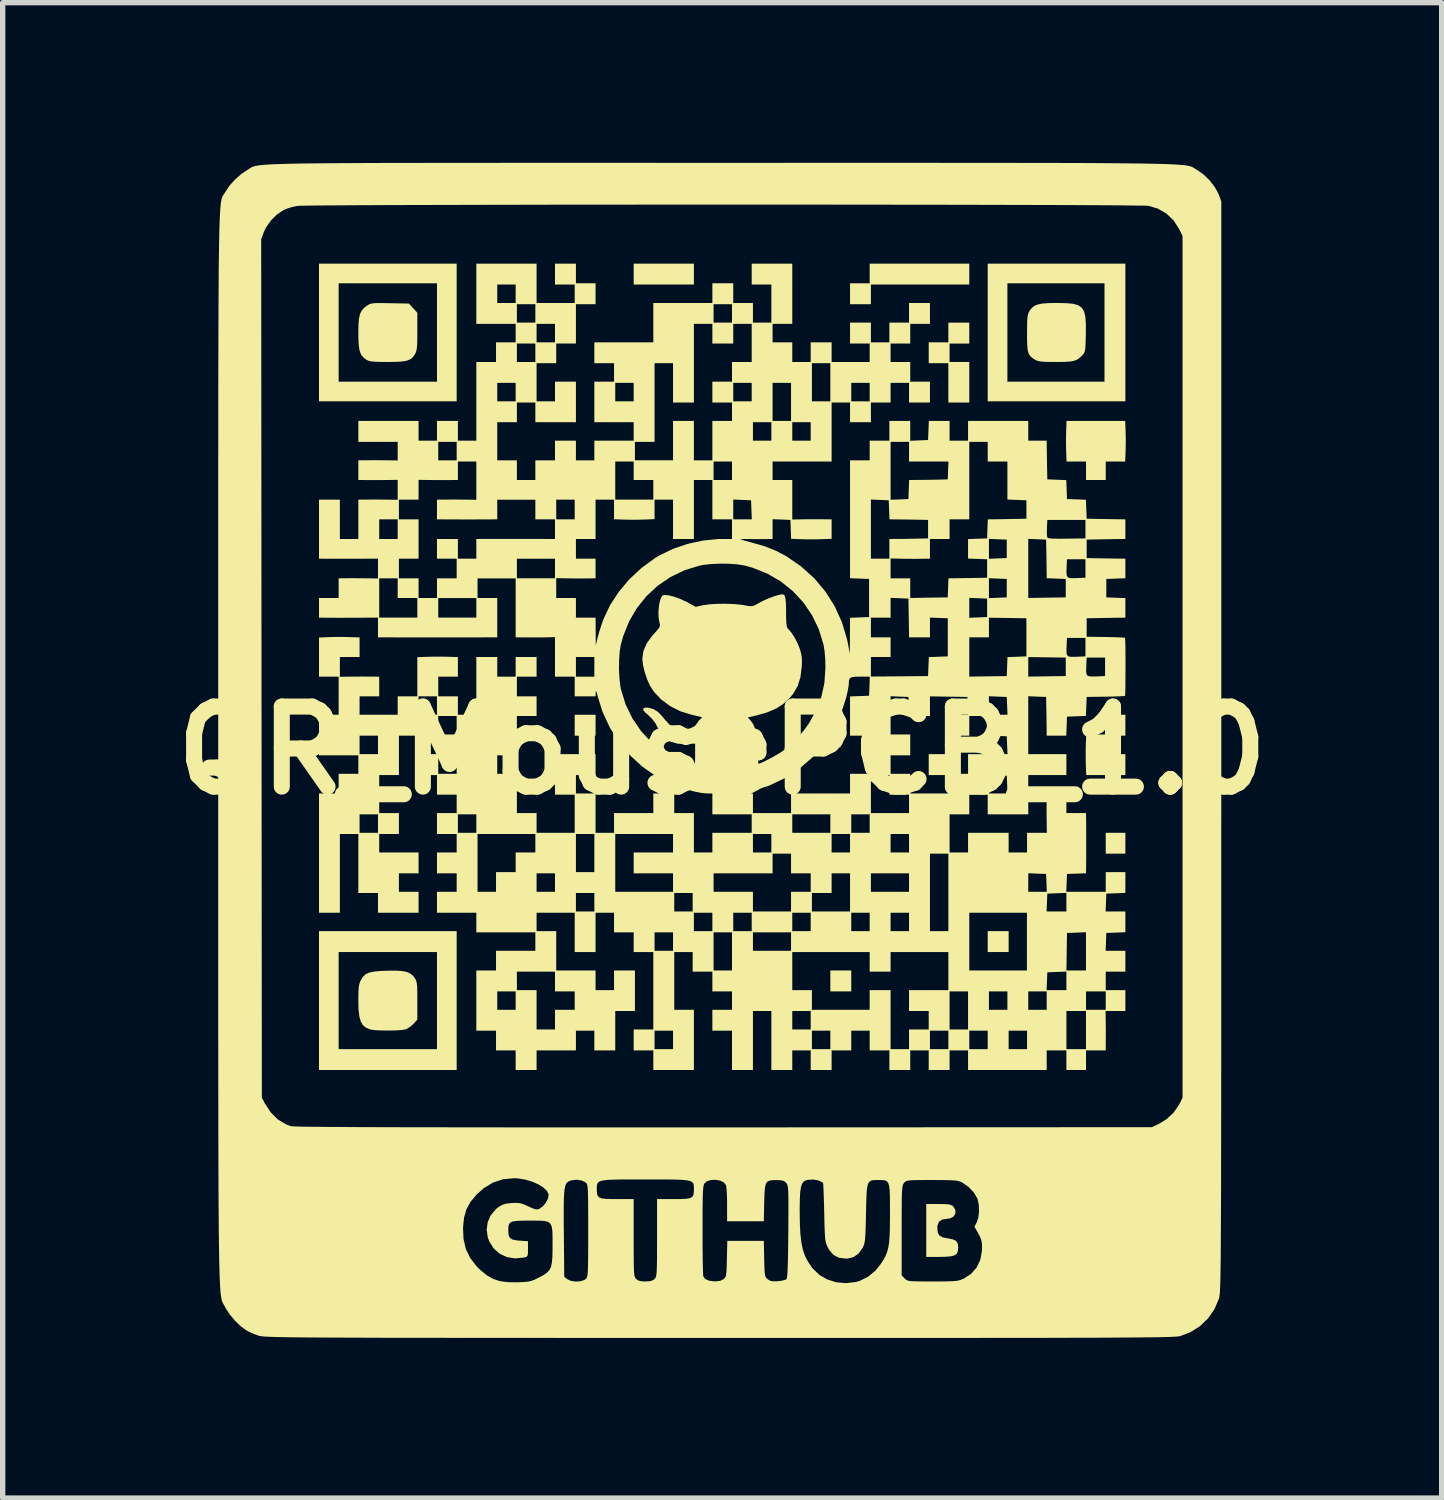
<source format=kicad_pcb>
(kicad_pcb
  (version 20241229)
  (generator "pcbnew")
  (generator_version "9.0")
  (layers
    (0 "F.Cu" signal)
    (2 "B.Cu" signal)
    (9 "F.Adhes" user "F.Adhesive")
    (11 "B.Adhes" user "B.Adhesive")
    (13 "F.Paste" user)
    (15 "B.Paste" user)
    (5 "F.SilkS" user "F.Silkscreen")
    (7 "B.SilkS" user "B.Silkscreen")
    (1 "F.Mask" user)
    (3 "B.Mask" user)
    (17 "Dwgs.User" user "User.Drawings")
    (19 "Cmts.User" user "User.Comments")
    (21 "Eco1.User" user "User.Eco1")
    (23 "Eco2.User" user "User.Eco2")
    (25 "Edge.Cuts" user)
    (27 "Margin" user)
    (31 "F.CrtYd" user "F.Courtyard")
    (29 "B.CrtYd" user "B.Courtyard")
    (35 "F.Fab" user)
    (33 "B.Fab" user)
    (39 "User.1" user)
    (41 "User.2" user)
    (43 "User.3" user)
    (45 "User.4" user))
  (footprint "QR_MousePCB_1.0"
    (layer "F.Cu")
    (at 10.479 11.008)
    (property "Reference" "QR_MousePCB_1.0" (at 0 0 0) (layer "F.SilkS") (effects (font (size 1.5 1.5) (thickness 0.3))))
    (attr board_only exclude_from_pos_files exclude_from_bom)
    (fp_poly (pts (xy -2.372 -0.472) (xy -2.372 -0.276) (xy -2.568 -0.276) (xy -2.763 -0.276) (xy -2.763 -0.472) (xy -2.763 -0.668) (xy -2.568 -0.668) (xy -2.372 -0.668)) (stroke (width 0) (type solid)) (fill yes) (layer "F.SilkS"))
    (fp_poly (pts (xy -0.53 -8.923) (xy -0.53 -8.728) (xy -1.094 -8.728) (xy -1.658 -8.728) (xy -1.658 -8.923) (xy -1.658 -9.119) (xy -1.094 -9.119) (xy -0.53 -9.119)) (stroke (width 0) (type solid)) (fill yes) (layer "F.SilkS"))
    (fp_poly (pts (xy 2.418 4.318) (xy 2.418 4.514) (xy 2.222 4.514) (xy 2.026 4.514) (xy 2.026 4.318) (xy 2.026 4.122) (xy 2.222 4.122) (xy 2.418 4.122)) (stroke (width 0) (type solid)) (fill yes) (layer "F.SilkS"))
    (fp_poly (pts (xy 5.366 3.581) (xy 5.366 3.777) (xy 5.17 3.777) (xy 4.974 3.777) (xy 4.974 3.581) (xy 4.974 3.385) (xy 5.17 3.385) (xy 5.366 3.385)) (stroke (width 0) (type solid)) (fill yes) (layer "F.SilkS"))
    (fp_poly (pts (xy 7.553 1.739) (xy 7.553 1.934) (xy 7.369 1.934) (xy 7.185 1.934) (xy 7.185 1.739) (xy 7.185 1.543) (xy 7.369 1.543) (xy 7.553 1.543)) (stroke (width 0) (type solid)) (fill yes) (layer "F.SilkS"))
    (fp_poly (pts (xy 4.629 -8.923) (xy 4.629 -8.728) (xy 3.708 -8.728) (xy 2.786 -8.728) (xy 2.786 -8.543) (xy 2.786 -8.359) (xy 2.591 -8.359) (xy 2.395 -8.359) (xy 2.395 -8.555) (xy 2.395 -8.751) (xy 2.579 -8.751) (xy 2.763 -8.751) (xy 2.763 -8.935) (xy 2.763 -9.119) (xy 3.696 -9.119) (xy 4.629 -9.119)) (stroke (width 0) (type solid)) (fill yes) (layer "F.SilkS"))
    (fp_poly (pts (xy -4.974 -7.83) (xy -4.974 -6.54) (xy -6.264 -6.54) (xy -7.553 -6.54) (xy -7.553 -7.83) (xy -7.185 -7.83) (xy -7.185 -6.908) (xy -6.264 -6.908) (xy -5.343 -6.908) (xy -5.343 -7.83) (xy -5.343 -8.751) (xy -6.264 -8.751) (xy -7.185 -8.751) (xy -7.185 -7.83) (xy -7.553 -7.83) (xy -7.553 -9.119) (xy -6.264 -9.119) (xy -4.974 -9.119)) (stroke (width 0) (type solid)) (fill yes) (layer "F.SilkS"))
    (fp_poly (pts (xy -4.974 4.686) (xy -4.974 5.987) (xy -6.264 5.987) (xy -7.553 5.987) (xy -7.553 4.686) (xy -7.185 4.686) (xy -7.185 5.596) (xy -6.264 5.596) (xy -5.343 5.596) (xy -5.343 4.686) (xy -5.343 3.777) (xy -6.264 3.777) (xy -7.185 3.777) (xy -7.185 4.686) (xy -7.553 4.686) (xy -7.553 3.385) (xy -6.264 3.385) (xy -4.974 3.385)) (stroke (width 0) (type solid)) (fill yes) (layer "F.SilkS"))
    (fp_poly (pts (xy 7.553 -7.83) (xy 7.553 -6.54) (xy 6.264 -6.54) (xy 4.974 -6.54) (xy 4.974 -7.83) (xy 5.343 -7.83) (xy 5.343 -6.908) (xy 6.252 -6.908) (xy 7.162 -6.908) (xy 7.162 -7.83) (xy 7.162 -8.751) (xy 6.252 -8.751) (xy 5.343 -8.751) (xy 5.343 -7.83) (xy 4.974 -7.83) (xy 4.974 -9.119) (xy 6.264 -9.119) (xy 7.553 -9.119)) (stroke (width 0) (type solid)) (fill yes) (layer "F.SilkS"))
    (fp_poly (pts (xy 4.629 -7.818) (xy 4.629 -7.622) (xy 4.444 -7.622) (xy 4.26 -7.622) (xy 4.26 -7.45) (xy 4.26 -7.277) (xy 4.444 -7.277) (xy 4.629 -7.277) (xy 4.629 -6.897) (xy 4.629 -6.517) (xy 4.433 -6.517) (xy 4.237 -6.517) (xy 4.237 -6.885) (xy 4.237 -7.254) (xy 4.053 -7.254) (xy 3.869 -7.254) (xy 3.869 -7.45) (xy 3.869 -7.645) (xy 4.053 -7.645) (xy 4.237 -7.645) (xy 4.237 -7.83) (xy 4.237 -8.014) (xy 4.433 -8.014) (xy 4.629 -8.014)) (stroke (width 0) (type solid)) (fill yes) (layer "F.SilkS"))
    (fp_poly (pts (xy 7.553 -0.473) (xy 7.553 -0.278) (xy 7.375 -0.272) (xy 7.196 -0.265) (xy 7.19 -0.098) (xy 7.183 0.069) (xy 7.368 0.069) (xy 7.553 0.069) (xy 7.553 0.265) (xy 7.553 0.461) (xy 7.187 0.461) (xy 6.82 0.461) (xy 6.812 0.276) (xy 6.81 0.157) (xy 6.81 0.021) (xy 6.812 -0.102) (xy 6.812 -0.104) (xy 6.82 -0.299) (xy 7.002 -0.299) (xy 7.185 -0.299) (xy 7.185 -0.484) (xy 7.185 -0.668) (xy 7.369 -0.668) (xy 7.553 -0.668)) (stroke (width 0) (type solid)) (fill yes) (layer "F.SilkS"))
    (fp_poly (pts (xy 7.557 -5.987) (xy 7.56 -5.868) (xy 7.56 -5.732) (xy 7.557 -5.609) (xy 7.557 -5.607) (xy 7.55 -5.412) (xy 7.367 -5.412) (xy 7.185 -5.412) (xy 7.185 -5.239) (xy 7.185 -5.066) (xy 7.001 -5.066) (xy 6.816 -5.066) (xy 6.816 -5.239) (xy 6.816 -5.412) (xy 6.634 -5.412) (xy 6.451 -5.412) (xy 6.444 -5.607) (xy 6.441 -5.73) (xy 6.441 -5.866) (xy 6.444 -5.986) (xy 6.444 -5.987) (xy 6.451 -6.172) (xy 7.001 -6.172) (xy 7.55 -6.172)) (stroke (width 0) (type solid)) (fill yes) (layer "F.SilkS"))
    (fp_poly (pts (xy 4.162 8.499) (xy 4.234 8.503) (xy 4.282 8.513) (xy 4.313 8.529) (xy 4.329 8.543) (xy 4.369 8.608) (xy 4.369 8.674) (xy 4.335 8.731) (xy 4.271 8.766) (xy 4.218 8.774) (xy 4.122 8.787) (xy 4.061 8.83) (xy 4.032 8.903) (xy 4.03 8.943) (xy 4.038 9.031) (xy 4.069 9.087) (xy 4.129 9.121) (xy 4.219 9.139) (xy 4.319 9.159) (xy 4.38 9.187) (xy 4.412 9.233) (xy 4.421 9.301) (xy 4.421 9.306) (xy 4.416 9.377) (xy 4.395 9.427) (xy 4.352 9.459) (xy 4.28 9.478) (xy 4.174 9.486) (xy 4.076 9.488) (xy 3.823 9.488) (xy 3.823 8.992) (xy 3.823 8.497) (xy 4.053 8.497)) (stroke (width 0) (type solid)) (fill yes) (layer "F.SilkS"))
    (fp_poly (pts (xy -6.288 -8.379) (xy -6.222 -8.378) (xy -5.869 -8.371) (xy -5.79 -8.285) (xy -5.711 -8.199) (xy -5.711 -7.847) (xy -5.712 -7.709) (xy -5.714 -7.608) (xy -5.72 -7.536) (xy -5.729 -7.486) (xy -5.742 -7.448) (xy -5.756 -7.422) (xy -5.793 -7.369) (xy -5.837 -7.331) (xy -5.893 -7.305) (xy -5.971 -7.289) (xy -6.078 -7.28) (xy -6.221 -7.277) (xy -6.268 -7.277) (xy -6.403 -7.278) (xy -6.501 -7.281) (xy -6.569 -7.287) (xy -6.618 -7.297) (xy -6.655 -7.313) (xy -6.668 -7.32) (xy -6.724 -7.363) (xy -6.765 -7.416) (xy -6.792 -7.488) (xy -6.808 -7.586) (xy -6.815 -7.718) (xy -6.816 -7.822) (xy -6.814 -7.975) (xy -6.804 -8.091) (xy -6.784 -8.177) (xy -6.752 -8.242) (xy -6.705 -8.294) (xy -6.655 -8.331) (xy -6.622 -8.352) (xy -6.589 -8.366) (xy -6.548 -8.375) (xy -6.489 -8.38) (xy -6.405 -8.381)) (stroke (width 0) (type solid)) (fill yes) (layer "F.SilkS"))
    (fp_poly (pts (xy -6.003 4.132) (xy -5.911 4.149) (xy -5.843 4.179) (xy -5.791 4.222) (xy -5.764 4.258) (xy -5.743 4.291) (xy -5.729 4.326) (xy -5.72 4.37) (xy -5.714 4.434) (xy -5.712 4.524) (xy -5.711 4.649) (xy -5.711 4.689) (xy -5.711 5.042) (xy -5.782 5.122) (xy -5.848 5.18) (xy -5.921 5.221) (xy -5.937 5.227) (xy -6.001 5.237) (xy -6.097 5.244) (xy -6.212 5.247) (xy -6.332 5.247) (xy -6.445 5.244) (xy -6.537 5.237) (xy -6.594 5.227) (xy -6.673 5.194) (xy -6.732 5.145) (xy -6.773 5.074) (xy -6.799 4.975) (xy -6.813 4.842) (xy -6.816 4.686) (xy -6.815 4.558) (xy -6.811 4.466) (xy -6.803 4.399) (xy -6.789 4.348) (xy -6.77 4.306) (xy -6.731 4.242) (xy -6.684 4.196) (xy -6.62 4.164) (xy -6.531 4.144) (xy -6.411 4.132) (xy -6.287 4.127) (xy -6.126 4.125)) (stroke (width 0) (type solid)) (fill yes) (layer "F.SilkS"))
    (fp_poly (pts (xy 6.446 -8.379) (xy 6.575 -8.367) (xy 6.67 -8.34) (xy 6.737 -8.293) (xy 6.78 -8.221) (xy 6.804 -8.12) (xy 6.813 -7.983) (xy 6.812 -7.806) (xy 6.812 -7.794) (xy 6.809 -7.664) (xy 6.805 -7.571) (xy 6.799 -7.508) (xy 6.789 -7.466) (xy 6.774 -7.435) (xy 6.753 -7.409) (xy 6.747 -7.403) (xy 6.698 -7.355) (xy 6.649 -7.321) (xy 6.591 -7.299) (xy 6.514 -7.285) (xy 6.411 -7.279) (xy 6.272 -7.277) (xy 6.248 -7.277) (xy 6.115 -7.278) (xy 6.02 -7.281) (xy 5.953 -7.288) (xy 5.906 -7.299) (xy 5.868 -7.315) (xy 5.858 -7.321) (xy 5.804 -7.356) (xy 5.766 -7.393) (xy 5.74 -7.438) (xy 5.723 -7.5) (xy 5.715 -7.587) (xy 5.711 -7.706) (xy 5.711 -7.815) (xy 5.712 -7.951) (xy 5.714 -8.05) (xy 5.72 -8.12) (xy 5.729 -8.169) (xy 5.743 -8.207) (xy 5.757 -8.233) (xy 5.798 -8.287) (xy 5.846 -8.327) (xy 5.91 -8.354) (xy 5.997 -8.371) (xy 6.115 -8.38) (xy 6.272 -8.382) (xy 6.279 -8.382)) (stroke (width 0) (type solid)) (fill yes) (layer "F.SilkS"))
    (fp_poly (pts (xy -2.212 -11.008) (xy -1.554 -11.008) (xy -0.853 -11.007) (xy -0.108 -11.007) (xy 0 -11.007) (xy 0.752 -11.007) (xy 1.459 -11.008) (xy 2.122 -11.008) (xy 2.744 -11.008) (xy 3.326 -11.008) (xy 3.868 -11.008) (xy 4.372 -11.007) (xy 4.841 -11.007) (xy 5.274 -11.007) (xy 5.674 -11.006) (xy 6.042 -11.006) (xy 6.379 -11.005) (xy 6.687 -11.004) (xy 6.967 -11.003) (xy 7.22 -11.001) (xy 7.449 -10.999) (xy 7.653 -10.997) (xy 7.836 -10.995) (xy 7.997 -10.992) (xy 8.139 -10.989) (xy 8.263 -10.986) (xy 8.37 -10.982) (xy 8.461 -10.978) (xy 8.539 -10.973) (xy 8.604 -10.968) (xy 8.658 -10.963) (xy 8.702 -10.957) (xy 8.738 -10.95) (xy 8.767 -10.943) (xy 8.79 -10.935) (xy 8.81 -10.927) (xy 8.826 -10.918) (xy 8.841 -10.909) (xy 8.856 -10.899) (xy 8.873 -10.888) (xy 8.892 -10.877) (xy 8.895 -10.875) (xy 9.014 -10.793) (xy 9.128 -10.682) (xy 9.226 -10.557) (xy 9.295 -10.432) (xy 9.299 -10.421) (xy 9.35 -10.288) (xy 9.35 -0.079) (xy 9.35 0.738) (xy 9.349 1.51) (xy 9.349 2.239) (xy 9.349 2.925) (xy 9.349 3.571) (xy 9.349 4.177) (xy 9.349 4.745) (xy 9.349 5.275) (xy 9.349 5.77) (xy 9.348 6.23) (xy 9.348 6.657) (xy 9.347 7.052) (xy 9.347 7.417) (xy 9.346 7.752) (xy 9.346 8.058) (xy 9.345 8.338) (xy 9.344 8.593) (xy 9.343 8.823) (xy 9.342 9.03) (xy 9.341 9.216) (xy 9.34 9.381) (xy 9.339 9.526) (xy 9.337 9.654) (xy 9.335 9.766) (xy 9.334 9.862) (xy 9.332 9.944) (xy 9.33 10.013) (xy 9.328 10.071) (xy 9.325 10.119) (xy 9.323 10.158) (xy 9.32 10.189) (xy 9.317 10.214) (xy 9.314 10.233) (xy 9.311 10.249) (xy 9.307 10.263) (xy 9.304 10.275) (xy 9.304 10.275) (xy 9.221 10.469) (xy 9.101 10.641) (xy 8.95 10.786) (xy 8.773 10.898) (xy 8.579 10.972) (xy 8.564 10.975) (xy 8.541 10.978) (xy 8.511 10.981) (xy 8.471 10.983) (xy 8.421 10.986) (xy 8.358 10.988) (xy 8.281 10.99) (xy 8.19 10.992) (xy 8.082 10.994) (xy 7.956 10.995) (xy 7.812 10.997) (xy 7.646 10.998) (xy 7.459 10.999) (xy 7.249 11.001) (xy 7.014 11.002) (xy 6.753 11.002) (xy 6.464 11.003) (xy 6.147 11.004) (xy 5.8 11.005) (xy 5.421 11.005) (xy 5.009 11.005) (xy 4.563 11.006) (xy 4.081 11.006) (xy 3.563 11.006) (xy 3.005 11.006) (xy 2.408 11.006) (xy 1.77 11.006) (xy 1.09 11.006) (xy 0.365 11.006) (xy -0.057 11.006) (xy -0.801 11.006) (xy -1.501 11.006) (xy -2.157 11.006) (xy -2.772 11.006) (xy -3.346 11.005) (xy -3.881 11.005) (xy -4.379 11.005) (xy -4.84 11.005) (xy -5.266 11.004) (xy -5.659 11.004) (xy -6.02 11.003) (xy -6.35 11.003) (xy -6.652 11.002) (xy -6.925 11.001) (xy -7.172 11) (xy -7.394 10.999) (xy -7.592 10.998) (xy -7.768 10.997) (xy -7.923 10.995) (xy -8.059 10.994) (xy -8.177 10.992) (xy -8.278 10.99) (xy -8.364 10.989) (xy -8.437 10.986) (xy -8.497 10.984) (xy -8.546 10.982) (xy -8.585 10.979) (xy -8.616 10.976) (xy -8.641 10.973) (xy -8.66 10.97) (xy -8.675 10.966) (xy -8.686 10.963) (xy -8.781 10.928) (xy -8.876 10.885) (xy -8.919 10.861) (xy -9.02 10.787) (xy -9.126 10.684) (xy -9.224 10.568) (xy -9.3 10.452) (xy -9.313 10.426) (xy -9.323 10.406) (xy -9.333 10.389) (xy -9.342 10.374) (xy -9.351 10.358) (xy -9.359 10.342) (xy -9.367 10.323) (xy -9.374 10.301) (xy -9.38 10.274) (xy -9.386 10.24) (xy -9.392 10.199) (xy -9.398 10.149) (xy -9.402 10.089) (xy -9.407 10.018) (xy -9.411 9.934) (xy -9.415 9.836) (xy -9.418 9.723) (xy -9.422 9.593) (xy -9.424 9.446) (xy -9.427 9.279) (xy -9.429 9.092) (xy -9.431 8.935) (xy -4.855 8.935) (xy -4.846 9.151) (xy -4.802 9.341) (xy -4.719 9.511) (xy -4.596 9.669) (xy -4.53 9.734) (xy -4.41 9.832) (xy -4.292 9.9) (xy -4.163 9.942) (xy -4.012 9.962) (xy -3.84 9.964) (xy -3.726 9.959) (xy -3.643 9.952) (xy -3.579 9.938) (xy -3.517 9.916) (xy -3.446 9.881) (xy -3.438 9.877) (xy -3.349 9.83) (xy -3.283 9.784) (xy -3.237 9.734) (xy -3.206 9.671) (xy -3.189 9.587) (xy -3.18 9.474) (xy -3.178 9.325) (xy -3.178 9.279) (xy -3.178 9.121) (xy -3.181 9.003) (xy -3.194 8.919) (xy -3.22 8.863) (xy -3.265 8.83) (xy -3.335 8.814) (xy -3.434 8.809) (xy -3.568 8.808) (xy -3.598 8.808) (xy -3.744 8.809) (xy -3.851 8.814) (xy -3.924 8.824) (xy -3.97 8.845) (xy -3.994 8.877) (xy -4.005 8.924) (xy -4.007 8.989) (xy -4.007 8.992) (xy -4.001 9.076) (xy -3.979 9.13) (xy -3.931 9.162) (xy -3.85 9.179) (xy -3.786 9.184) (xy -3.638 9.194) (xy -3.638 9.339) (xy -3.639 9.418) (xy -3.646 9.463) (xy -3.663 9.485) (xy -3.696 9.497) (xy -3.711 9.5) (xy -3.879 9.516) (xy -4.032 9.492) (xy -4.167 9.429) (xy -4.279 9.331) (xy -4.361 9.201) (xy -4.391 9.124) (xy -4.412 8.979) (xy -4.392 8.835) (xy -4.337 8.713) (xy -2.969 8.713) (xy -2.968 8.925) (xy -2.966 9.066) (xy -2.959 9.86) (xy -2.905 9.904) (xy -2.837 9.936) (xy -2.749 9.95) (xy -2.659 9.945) (xy -2.584 9.922) (xy -2.556 9.902) (xy -2.544 9.889) (xy -2.535 9.871) (xy -2.527 9.845) (xy -2.521 9.806) (xy -2.517 9.75) (xy -2.514 9.671) (xy -2.512 9.565) (xy -2.511 9.428) (xy -2.51 9.255) (xy -2.51 9.041) (xy -2.51 8.996) (xy -2.51 8.774) (xy -2.511 8.593) (xy -2.512 8.449) (xy -2.514 8.338) (xy -2.516 8.254) (xy -2.519 8.213) (xy -2.349 8.213) (xy -2.349 8.221) (xy -2.347 8.289) (xy -2.335 8.338) (xy -2.308 8.371) (xy -2.259 8.391) (xy -2.181 8.401) (xy -2.069 8.405) (xy -1.967 8.405) (xy -1.658 8.405) (xy -1.658 9.131) (xy -1.658 9.333) (xy -1.657 9.494) (xy -1.656 9.619) (xy -1.654 9.714) (xy -1.65 9.782) (xy -1.645 9.83) (xy -1.637 9.862) (xy -1.628 9.883) (xy -1.616 9.898) (xy -1.612 9.902) (xy -1.568 9.932) (xy -1.503 9.946) (xy -1.439 9.948) (xy -1.352 9.943) (xy -1.295 9.924) (xy -1.267 9.902) (xy -1.254 9.887) (xy -1.244 9.868) (xy -1.236 9.84) (xy -1.23 9.798) (xy -1.226 9.736) (xy -1.223 9.649) (xy -1.221 9.533) (xy -1.221 9.383) (xy -1.22 9.193) (xy -1.22 9.131) (xy -1.22 8.98) (xy -0.368 8.98) (xy -0.368 9.172) (xy -0.367 9.35) (xy -0.365 9.51) (xy -0.363 9.645) (xy -0.36 9.75) (xy -0.357 9.82) (xy -0.355 9.848) (xy -0.318 9.902) (xy -0.243 9.935) (xy -0.135 9.947) (xy -0.033 9.935) (xy 0.026 9.904) (xy 0.047 9.885) (xy 0.063 9.861) (xy 0.073 9.826) (xy 0.079 9.77) (xy 0.084 9.686) (xy 0.087 9.567) (xy 0.088 9.524) (xy 0.096 9.188) (xy 0.438 9.188) (xy 0.78 9.188) (xy 0.787 9.524) (xy 0.79 9.655) (xy 0.794 9.748) (xy 0.8 9.811) (xy 0.809 9.852) (xy 0.822 9.878) (xy 0.842 9.898) (xy 0.852 9.907) (xy 0.896 9.934) (xy 0.95 9.945) (xy 1.03 9.944) (xy 1.042 9.943) (xy 1.12 9.933) (xy 1.18 9.918) (xy 1.204 9.905) (xy 1.212 9.885) (xy 1.218 9.84) (xy 1.224 9.766) (xy 1.228 9.66) (xy 1.232 9.519) (xy 1.235 9.341) (xy 1.238 9.12) (xy 1.239 9.018) (xy 1.24 8.796) (xy 1.241 8.636) (xy 1.452 8.636) (xy 1.455 8.866) (xy 1.465 9.058) (xy 1.483 9.217) (xy 1.511 9.352) (xy 1.551 9.468) (xy 1.604 9.572) (xy 1.672 9.673) (xy 1.701 9.71) (xy 1.823 9.827) (xy 1.972 9.912) (xy 2.14 9.964) (xy 2.318 9.98) (xy 2.499 9.959) (xy 2.585 9.934) (xy 2.736 9.858) (xy 2.873 9.743) (xy 2.969 9.623) (xy 3.02 9.544) (xy 3.06 9.47) (xy 3.09 9.395) (xy 3.112 9.313) (xy 3.127 9.215) (xy 3.136 9.096) (xy 3.14 8.996) (xy 3.362 8.996) (xy 3.362 9.835) (xy 3.419 9.892) (xy 3.439 9.911) (xy 3.46 9.925) (xy 3.489 9.935) (xy 3.533 9.942) (xy 3.598 9.945) (xy 3.69 9.947) (xy 3.817 9.948) (xy 3.943 9.948) (xy 4.102 9.948) (xy 4.223 9.946) (xy 4.313 9.943) (xy 4.38 9.938) (xy 4.43 9.929) (xy 4.472 9.917) (xy 4.512 9.9) (xy 4.526 9.894) (xy 4.662 9.806) (xy 4.766 9.688) (xy 4.835 9.543) (xy 4.866 9.377) (xy 4.868 9.337) (xy 4.866 9.241) (xy 4.853 9.17) (xy 4.826 9.101) (xy 4.798 9.049) (xy 4.726 8.922) (xy 4.768 8.842) (xy 4.798 8.754) (xy 4.811 8.64) (xy 4.808 8.522) (xy 4.787 8.415) (xy 4.777 8.387) (xy 4.711 8.277) (xy 4.612 8.174) (xy 4.502 8.098) (xy 4.468 8.081) (xy 4.433 8.069) (xy 4.389 8.06) (xy 4.329 8.054) (xy 4.246 8.051) (xy 4.134 8.049) (xy 3.985 8.048) (xy 3.93 8.048) (xy 3.77 8.048) (xy 3.649 8.049) (xy 3.562 8.051) (xy 3.502 8.056) (xy 3.462 8.063) (xy 3.437 8.073) (xy 3.42 8.087) (xy 3.406 8.103) (xy 3.395 8.119) (xy 3.385 8.14) (xy 3.378 8.17) (xy 3.372 8.215) (xy 3.368 8.278) (xy 3.365 8.364) (xy 3.364 8.479) (xy 3.363 8.626) (xy 3.362 8.811) (xy 3.362 8.996) (xy 3.14 8.996) (xy 3.141 8.947) (xy 3.143 8.762) (xy 3.143 8.677) (xy 3.143 8.49) (xy 3.142 8.345) (xy 3.137 8.236) (xy 3.127 8.157) (xy 3.111 8.104) (xy 3.086 8.072) (xy 3.05 8.055) (xy 3.003 8.049) (xy 2.942 8.048) (xy 2.925 8.048) (xy 2.86 8.049) (xy 2.81 8.053) (xy 2.772 8.067) (xy 2.744 8.095) (xy 2.725 8.143) (xy 2.712 8.215) (xy 2.704 8.317) (xy 2.699 8.453) (xy 2.695 8.629) (xy 2.694 8.677) (xy 2.69 8.851) (xy 2.686 8.986) (xy 2.681 9.088) (xy 2.675 9.163) (xy 2.667 9.218) (xy 2.657 9.259) (xy 2.643 9.294) (xy 2.631 9.319) (xy 2.554 9.426) (xy 2.459 9.493) (xy 2.342 9.52) (xy 2.314 9.52) (xy 2.186 9.503) (xy 2.084 9.45) (xy 2.005 9.358) (xy 1.98 9.314) (xy 1.962 9.276) (xy 1.948 9.239) (xy 1.937 9.196) (xy 1.929 9.141) (xy 1.924 9.068) (xy 1.919 8.968) (xy 1.915 8.836) (xy 1.912 8.666) (xy 1.911 8.655) (xy 1.908 8.501) (xy 1.903 8.363) (xy 1.899 8.248) (xy 1.895 8.162) (xy 1.891 8.11) (xy 1.888 8.099) (xy 1.812 8.058) (xy 1.713 8.039) (xy 1.609 8.044) (xy 1.557 8.059) (xy 1.522 8.081) (xy 1.495 8.119) (xy 1.476 8.18) (xy 1.462 8.269) (xy 1.455 8.39) (xy 1.452 8.55) (xy 1.452 8.636) (xy 1.241 8.636) (xy 1.241 8.615) (xy 1.241 8.472) (xy 1.24 8.36) (xy 1.238 8.276) (xy 1.234 8.214) (xy 1.229 8.171) (xy 1.222 8.142) (xy 1.213 8.121) (xy 1.201 8.105) (xy 1.201 8.104) (xy 1.168 8.073) (xy 1.127 8.056) (xy 1.061 8.05) (xy 1.016 8.049) (xy 0.939 8.051) (xy 0.882 8.06) (xy 0.842 8.082) (xy 0.816 8.125) (xy 0.801 8.193) (xy 0.793 8.293) (xy 0.788 8.432) (xy 0.787 8.475) (xy 0.78 8.82) (xy 0.436 8.82) (xy 0.092 8.82) (xy 0.092 8.51) (xy 0.091 8.391) (xy 0.086 8.283) (xy 0.08 8.199) (xy 0.072 8.148) (xy 0.07 8.143) (xy 0.028 8.091) (xy -0.043 8.057) (xy -0.129 8.043) (xy -0.217 8.048) (xy -0.292 8.075) (xy -0.333 8.112) (xy -0.343 8.131) (xy -0.35 8.162) (xy -0.356 8.208) (xy -0.361 8.276) (xy -0.364 8.368) (xy -0.366 8.49) (xy -0.368 8.646) (xy -0.368 8.841) (xy -0.368 8.98) (xy -1.22 8.98) (xy -1.22 8.405) (xy -0.911 8.405) (xy -0.771 8.404) (xy -0.67 8.399) (xy -0.601 8.386) (xy -0.56 8.362) (xy -0.539 8.324) (xy -0.531 8.27) (xy -0.53 8.221) (xy -0.53 8.175) (xy -0.533 8.137) (xy -0.544 8.107) (xy -0.566 8.083) (xy -0.604 8.066) (xy -0.662 8.053) (xy -0.744 8.045) (xy -0.854 8.04) (xy -0.998 8.038) (xy -1.178 8.037) (xy -1.399 8.037) (xy -1.439 8.037) (xy -1.668 8.037) (xy -1.854 8.037) (xy -2.003 8.04) (xy -2.119 8.044) (xy -2.205 8.052) (xy -2.267 8.063) (xy -2.308 8.08) (xy -2.332 8.102) (xy -2.344 8.131) (xy -2.349 8.168) (xy -2.349 8.213) (xy -2.519 8.213) (xy -2.521 8.194) (xy -2.526 8.153) (xy -2.533 8.126) (xy -2.543 8.109) (xy -2.553 8.097) (xy -2.626 8.058) (xy -2.722 8.042) (xy -2.822 8.053) (xy -2.841 8.059) (xy -2.874 8.072) (xy -2.901 8.09) (xy -2.923 8.117) (xy -2.939 8.157) (xy -2.952 8.216) (xy -2.96 8.296) (xy -2.966 8.403) (xy -2.968 8.541) (xy -2.969 8.713) (xy -4.337 8.713) (xy -4.332 8.703) (xy -4.236 8.591) (xy -4.19 8.554) (xy -4.122 8.514) (xy -4.052 8.491) (xy -3.96 8.48) (xy -3.936 8.478) (xy -3.845 8.476) (xy -3.775 8.484) (xy -3.704 8.508) (xy -3.631 8.542) (xy -3.549 8.579) (xy -3.495 8.597) (xy -3.456 8.598) (xy -3.423 8.587) (xy -3.36 8.541) (xy -3.303 8.471) (xy -3.263 8.394) (xy -3.251 8.325) (xy -3.251 8.322) (xy -3.28 8.255) (xy -3.347 8.19) (xy -3.444 8.129) (xy -3.561 8.078) (xy -3.692 8.039) (xy -3.827 8.017) (xy -3.902 8.014) (xy -4.105 8.034) (xy -4.292 8.095) (xy -4.465 8.199) (xy -4.599 8.318) (xy -4.713 8.454) (xy -4.791 8.595) (xy -4.836 8.753) (xy -4.855 8.935) (xy -9.431 8.935) (xy -9.431 8.884) (xy -9.433 8.652) (xy -9.435 8.397) (xy -9.436 8.115) (xy -9.437 7.807) (xy -9.438 7.471) (xy -9.439 7.106) (xy -9.439 6.71) (xy -9.44 6.282) (xy -9.44 5.821) (xy -9.441 5.325) (xy -9.441 4.794) (xy -9.441 4.225) (xy -9.441 3.618) (xy -9.441 2.972) (xy -9.441 2.284) (xy -9.441 1.554) (xy -9.441 0.781) (xy -9.441 -0.035) (xy -9.441 -0.852) (xy -9.441 -1.625) (xy -9.441 -2.354) (xy -9.441 -3.041) (xy -9.441 -3.687) (xy -9.441 -4.294) (xy -9.441 -4.862) (xy -9.441 -5.393) (xy -9.44 -5.888) (xy -9.44 -6.348) (xy -9.44 -6.776) (xy -9.439 -7.171) (xy -9.438 -7.536) (xy -9.437 -7.872) (xy -9.436 -8.179) (xy -9.435 -8.46) (xy -9.433 -8.715) (xy -9.432 -8.945) (xy -9.43 -9.153) (xy -9.427 -9.339) (xy -9.425 -9.505) (xy -9.423 -9.577) (xy -8.636 -9.577) (xy -8.63 -1.536) (xy -8.624 6.505) (xy -8.569 6.609) (xy -8.458 6.78) (xy -8.327 6.911) (xy -8.172 7.005) (xy -8.084 7.038) (xy -8.064 7.041) (xy -8.019 7.043) (xy -7.949 7.046) (xy -7.852 7.048) (xy -7.728 7.05) (xy -7.576 7.051) (xy -7.394 7.053) (xy -7.181 7.054) (xy -6.937 7.056) (xy -6.66 7.057) (xy -6.35 7.058) (xy -6.006 7.059) (xy -5.626 7.06) (xy -5.209 7.06) (xy -4.755 7.061) (xy -4.262 7.061) (xy -3.73 7.062) (xy -3.158 7.062) (xy -2.544 7.062) (xy -1.887 7.062) (xy -1.187 7.062) (xy -0.443 7.062) (xy 0.023 7.062) (xy 8.048 7.058) (xy 8.18 6.997) (xy 8.326 6.906) (xy 8.456 6.785) (xy 8.554 6.645) (xy 8.568 6.62) (xy 8.624 6.505) (xy 8.624 -1.566) (xy 8.624 -9.637) (xy 8.561 -9.766) (xy 8.457 -9.928) (xy 8.322 -10.057) (xy 8.161 -10.15) (xy 7.991 -10.201) (xy 7.957 -10.204) (xy 7.879 -10.206) (xy 7.759 -10.207) (xy 7.599 -10.209) (xy 7.401 -10.211) (xy 7.167 -10.213) (xy 6.9 -10.214) (xy 6.601 -10.216) (xy 6.272 -10.217) (xy 5.916 -10.218) (xy 5.534 -10.219) (xy 5.129 -10.22) (xy 4.702 -10.221) (xy 4.256 -10.222) (xy 3.793 -10.223) (xy 3.314 -10.223) (xy 2.823 -10.224) (xy 2.32 -10.224) (xy 1.808 -10.225) (xy 1.289 -10.225) (xy 0.765 -10.225) (xy 0.238 -10.225) (xy -0.29 -10.225) (xy -0.816 -10.225) (xy -1.34 -10.225) (xy -1.858 -10.224) (xy -2.369 -10.224) (xy -2.87 -10.224) (xy -3.36 -10.223) (xy -3.836 -10.222) (xy -4.297 -10.221) (xy -4.741 -10.22) (xy -5.164 -10.219) (xy -5.566 -10.218) (xy -5.944 -10.217) (xy -6.296 -10.216) (xy -6.621 -10.214) (xy -6.915 -10.213) (xy -7.178 -10.211) (xy -7.406 -10.21) (xy -7.599 -10.208) (xy -7.753 -10.206) (xy -7.867 -10.204) (xy -7.939 -10.202) (xy -7.965 -10.2) (xy -8.064 -10.178) (xy -8.164 -10.146) (xy -8.218 -10.122) (xy -8.343 -10.038) (xy -8.457 -9.924) (xy -8.548 -9.793) (xy -8.586 -9.71) (xy -8.636 -9.577) (xy -9.423 -9.577) (xy -9.422 -9.651) (xy -9.419 -9.78) (xy -9.415 -9.892) (xy -9.411 -9.989) (xy -9.407 -10.072) (xy -9.402 -10.142) (xy -9.397 -10.2) (xy -9.392 -10.249) (xy -9.386 -10.289) (xy -9.38 -10.321) (xy -9.373 -10.346) (xy -9.366 -10.367) (xy -9.358 -10.384) (xy -9.35 -10.399) (xy -9.341 -10.412) (xy -9.331 -10.425) (xy -9.321 -10.44) (xy -9.311 -10.458) (xy -9.309 -10.461) (xy -9.23 -10.579) (xy -9.123 -10.698) (xy -9.003 -10.803) (xy -8.895 -10.875) (xy -8.876 -10.886) (xy -8.859 -10.897) (xy -8.844 -10.907) (xy -8.829 -10.917) (xy -8.812 -10.926) (xy -8.794 -10.934) (xy -8.771 -10.942) (xy -8.743 -10.949) (xy -8.708 -10.956) (xy -8.665 -10.962) (xy -8.613 -10.967) (xy -8.549 -10.973) (xy -8.473 -10.977) (xy -8.384 -10.982) (xy -8.279 -10.985) (xy -8.157 -10.989) (xy -8.018 -10.992) (xy -7.86 -10.995) (xy -7.68 -10.997) (xy -7.479 -10.999) (xy -7.254 -11.001) (xy -7.004 -11.002) (xy -6.728 -11.004) (xy -6.424 -11.005) (xy -6.091 -11.006) (xy -5.728 -11.006) (xy -5.332 -11.007) (xy -4.904 -11.007) (xy -4.44 -11.007) (xy -3.941 -11.008) (xy -3.404 -11.008) (xy -2.828 -11.008)) (stroke (width 0) (type solid)) (fill yes) (layer "F.SilkS"))
    (fp_poly (pts (xy -3.477 -8.751) (xy -3.477 -8.382) (xy -3.12 -8.382) (xy -2.763 -8.382) (xy -2.763 -8.555) (xy -2.763 -8.728) (xy -2.948 -8.728) (xy -3.132 -8.728) (xy -3.132 -8.923) (xy -3.132 -9.119) (xy -2.936 -9.119) (xy -2.74 -9.119) (xy -2.74 -8.935) (xy -2.74 -8.751) (xy -2.556 -8.751) (xy -2.372 -8.751) (xy -2.372 -8.555) (xy -2.372 -8.359) (xy -2.556 -8.359) (xy -2.74 -8.359) (xy -2.74 -7.991) (xy -2.74 -7.622) (xy -2.925 -7.622) (xy -3.109 -7.622) (xy -3.109 -7.438) (xy -3.109 -7.254) (xy -3.293 -7.254) (xy -3.477 -7.254) (xy -3.477 -6.897) (xy -3.477 -6.54) (xy -3.305 -6.54) (xy -3.132 -6.54) (xy -3.132 -6.724) (xy -3.132 -6.908) (xy -2.936 -6.908) (xy -2.74 -6.908) (xy -2.74 -6.528) (xy -2.74 -6.149) (xy -3.12 -6.149) (xy -3.5 -6.149) (xy -3.5 -6.333) (xy -3.5 -6.517) (xy -3.673 -6.517) (xy -3.846 -6.517) (xy -3.846 -6.333) (xy -3.846 -6.149) (xy -4.03 -6.149) (xy -4.214 -6.149) (xy -4.214 -5.792) (xy -4.214 -5.435) (xy -4.03 -5.435) (xy -3.846 -5.435) (xy -3.846 -5.25) (xy -3.846 -5.066) (xy -3.673 -5.066) (xy -3.5 -5.066) (xy -3.5 -5.25) (xy -3.5 -5.435) (xy -3.316 -5.435) (xy -3.132 -5.435) (xy -3.132 -5.619) (xy -3.132 -5.803) (xy -2.936 -5.803) (xy -2.74 -5.803) (xy -2.74 -5.619) (xy -2.74 -5.435) (xy -2.568 -5.435) (xy -2.395 -5.435) (xy -2.395 -5.619) (xy -2.395 -5.78) (xy -1.635 -5.78) (xy -1.635 -5.608) (xy -1.635 -5.436) (xy -1.278 -5.436) (xy -0.921 -5.436) (xy -0.921 -5.804) (xy -0.921 -6.172) (xy -0.725 -6.172) (xy -0.53 -6.172) (xy -0.53 -5.803) (xy -0.53 -5.435) (xy -0.357 -5.435) (xy -0.184 -5.435) (xy -0.184 -5.803) (xy -0.184 -5.976) (xy 0.576 -5.976) (xy 0.576 -5.803) (xy 0.748 -5.803) (xy 0.921 -5.803) (xy 0.921 -5.976) (xy 1.313 -5.976) (xy 1.313 -5.803) (xy 1.485 -5.803) (xy 1.658 -5.803) (xy 1.658 -5.976) (xy 1.658 -6.149) (xy 1.485 -6.149) (xy 1.313 -6.149) (xy 1.313 -5.976) (xy 0.921 -5.976) (xy 0.921 -6.149) (xy 0.748 -6.149) (xy 0.576 -6.149) (xy 0.576 -5.976) (xy -0.184 -5.976) (xy -0.184 -6.172) (xy 0 -6.172) (xy 0.184 -6.172) (xy 0.184 -6.344) (xy 0.184 -6.517) (xy 0 -6.517) (xy -0.184 -6.517) (xy -0.184 -6.528) (xy 0.944 -6.528) (xy 0.944 -6.172) (xy 1.117 -6.172) (xy 1.29 -6.172) (xy 1.29 -6.528) (xy 1.29 -6.885) (xy 1.117 -6.885) (xy 0.944 -6.885) (xy 0.944 -6.528) (xy -0.184 -6.528) (xy -0.184 -6.713) (xy 0.207 -6.713) (xy 0.207 -6.54) (xy 0.38 -6.54) (xy 0.553 -6.54) (xy 0.553 -6.713) (xy 0.553 -6.885) (xy 0.38 -6.885) (xy 0.207 -6.885) (xy 0.207 -6.713) (xy -0.184 -6.713) (xy -0.184 -6.897) (xy 1.681 -6.897) (xy 1.681 -6.54) (xy 1.854 -6.54) (xy 2.026 -6.54) (xy 2.026 -6.713) (xy 2.418 -6.713) (xy 2.418 -6.54) (xy 2.591 -6.54) (xy 2.763 -6.54) (xy 2.763 -6.713) (xy 2.763 -6.885) (xy 2.591 -6.885) (xy 2.418 -6.885) (xy 2.418 -6.713) (xy 2.026 -6.713) (xy 2.026 -6.897) (xy 2.026 -7.254) (xy 1.854 -7.254) (xy 1.681 -7.254) (xy 1.681 -6.897) (xy -0.184 -6.897) (xy -0.184 -6.908) (xy 0 -6.908) (xy 0.184 -6.908) (xy 0.184 -7.093) (xy 0.184 -7.277) (xy 0.368 -7.277) (xy 0.553 -7.277) (xy 0.553 -7.634) (xy 0.553 -7.991) (xy 0.38 -7.991) (xy 0.207 -7.991) (xy 0.207 -7.807) (xy 0.207 -7.622) (xy 0.012 -7.622) (xy -0.184 -7.622) (xy -0.184 -7.807) (xy -0.184 -7.991) (xy -0.357 -7.991) (xy -0.53 -7.991) (xy -0.53 -7.254) (xy -0.53 -6.517) (xy -0.725 -6.517) (xy -0.921 -6.517) (xy -0.921 -6.885) (xy -0.921 -7.254) (xy -1.094 -7.254) (xy -1.267 -7.254) (xy -1.267 -6.517) (xy -1.267 -5.78) (xy -1.451 -5.78) (xy -1.635 -5.78) (xy -2.395 -5.78) (xy -2.395 -5.803) (xy -2.026 -5.803) (xy -1.658 -5.803) (xy -1.658 -5.976) (xy -1.658 -6.149) (xy -2.026 -6.149) (xy -2.395 -6.149) (xy -2.395 -6.528) (xy -2.395 -6.713) (xy -2.003 -6.713) (xy -2.003 -6.54) (xy -1.831 -6.54) (xy -1.658 -6.54) (xy -1.658 -6.713) (xy -1.658 -6.885) (xy -1.831 -6.885) (xy -2.003 -6.885) (xy -2.003 -6.713) (xy -2.395 -6.713) (xy -2.395 -6.908) (xy -2.211 -6.908) (xy -2.026 -6.908) (xy -2.026 -7.081) (xy -2.026 -7.254) (xy -2.211 -7.254) (xy -2.395 -7.254) (xy -2.395 -7.45) (xy -2.395 -7.645) (xy -1.842 -7.645) (xy -1.29 -7.645) (xy -1.29 -8.014) (xy -1.29 -8.186) (xy -0.161 -8.186) (xy -0.161 -8.014) (xy 0.012 -8.014) (xy 0.184 -8.014) (xy 0.184 -8.186) (xy 0.184 -8.359) (xy 0.012 -8.359) (xy -0.161 -8.359) (xy -0.161 -8.186) (xy -1.29 -8.186) (xy -1.29 -8.382) (xy -0.737 -8.382) (xy -0.184 -8.382) (xy -0.184 -8.566) (xy -0.184 -8.751) (xy 0.012 -8.751) (xy 0.207 -8.751) (xy 0.207 -8.566) (xy 0.207 -8.382) (xy 0.391 -8.382) (xy 0.576 -8.382) (xy 0.576 -8.198) (xy 0.576 -8.014) (xy 0.748 -8.014) (xy 0.921 -8.014) (xy 0.921 -8.371) (xy 0.921 -8.728) (xy 0.737 -8.728) (xy 0.553 -8.728) (xy 0.553 -8.923) (xy 0.553 -9.119) (xy 0.933 -9.119) (xy 1.313 -9.119) (xy 1.313 -8.555) (xy 1.313 -7.991) (xy 1.128 -7.991) (xy 0.944 -7.991) (xy 0.944 -7.818) (xy 0.944 -7.645) (xy 1.128 -7.645) (xy 1.313 -7.645) (xy 1.313 -7.461) (xy 1.313 -7.277) (xy 1.485 -7.277) (xy 1.658 -7.277) (xy 1.658 -7.461) (xy 1.658 -7.645) (xy 1.854 -7.645) (xy 2.05 -7.645) (xy 2.05 -7.461) (xy 2.05 -7.277) (xy 2.406 -7.277) (xy 2.763 -7.277) (xy 2.763 -7.45) (xy 2.763 -7.622) (xy 2.579 -7.622) (xy 2.395 -7.622) (xy 2.395 -7.818) (xy 2.395 -8.014) (xy 2.591 -8.014) (xy 2.786 -8.014) (xy 2.786 -7.83) (xy 2.786 -7.645) (xy 2.959 -7.645) (xy 3.132 -7.645) (xy 3.132 -7.83) (xy 3.132 -8.014) (xy 3.316 -8.014) (xy 3.5 -8.014) (xy 3.5 -8.198) (xy 3.5 -8.382) (xy 3.696 -8.382) (xy 3.892 -8.382) (xy 3.892 -8.186) (xy 3.892 -7.991) (xy 3.708 -7.991) (xy 3.523 -7.991) (xy 3.523 -7.807) (xy 3.523 -7.622) (xy 3.339 -7.622) (xy 3.155 -7.622) (xy 3.155 -7.45) (xy 3.155 -7.277) (xy 3.339 -7.277) (xy 3.523 -7.277) (xy 3.523 -7.093) (xy 3.523 -6.908) (xy 3.708 -6.908) (xy 3.892 -6.908) (xy 3.892 -6.713) (xy 3.892 -6.517) (xy 3.696 -6.517) (xy 3.5 -6.517) (xy 3.5 -6.701) (xy 3.5 -6.885) (xy 3.328 -6.885) (xy 3.155 -6.885) (xy 3.155 -6.701) (xy 3.155 -6.517) (xy 2.971 -6.517) (xy 2.786 -6.517) (xy 2.786 -6.333) (xy 2.786 -6.149) (xy 2.591 -6.149) (xy 2.395 -6.149) (xy 2.395 -6.333) (xy 2.395 -6.517) (xy 2.222 -6.517) (xy 2.05 -6.517) (xy 2.05 -5.964) (xy 2.05 -5.412) (xy 1.497 -5.412) (xy 0.944 -5.412) (xy 0.944 -5.239) (xy 0.944 -5.066) (xy 1.128 -5.066) (xy 1.313 -5.066) (xy 1.313 -4.696) (xy 1.313 -4.326) (xy 1.491 -4.329) (xy 1.608 -4.331) (xy 1.742 -4.331) (xy 1.86 -4.331) (xy 2.05 -4.329) (xy 2.05 -4.147) (xy 2.05 -3.964) (xy 1.854 -3.957) (xy 1.731 -3.954) (xy 1.595 -3.954) (xy 1.476 -3.957) (xy 1.475 -3.957) (xy 1.291 -3.964) (xy 1.285 -4.141) (xy 1.278 -4.318) (xy 1.111 -4.325) (xy 0.944 -4.331) (xy 0.944 -4.146) (xy 0.944 -3.961) (xy 0.754 -3.959) (xy 0.647 -3.958) (xy 0.54 -3.959) (xy 0.456 -3.961) (xy 0.449 -3.961) (xy 0.386 -3.961) (xy 0.349 -3.958) (xy 0.345 -3.954) (xy 0.372 -3.944) (xy 0.432 -3.926) (xy 0.515 -3.904) (xy 0.557 -3.893) (xy 0.797 -3.824) (xy 1.008 -3.74) (xy 1.202 -3.638) (xy 1.48 -3.446) (xy 1.726 -3.224) (xy 1.936 -2.973) (xy 2.11 -2.697) (xy 2.245 -2.397) (xy 2.34 -2.077) (xy 2.361 -1.973) (xy 2.391 -1.808) (xy 2.393 -2.146) (xy 2.395 -2.485) (xy 2.446 -2.487) (xy 2.786 -2.487) (xy 2.786 -2.303) (xy 2.786 -2.119) (xy 2.971 -2.119) (xy 3.155 -2.119) (xy 3.155 -1.934) (xy 3.155 -1.75) (xy 2.971 -1.75) (xy 2.786 -1.75) (xy 2.786 -1.567) (xy 2.786 -1.384) (xy 3.322 -1.388) (xy 3.857 -1.393) (xy 3.864 -1.571) (xy 3.871 -1.748) (xy 4.048 -1.755) (xy 4.226 -1.762) (xy 4.226 -2.119) (xy 4.629 -2.119) (xy 4.629 -1.751) (xy 4.629 -1.383) (xy 4.98 -1.388) (xy 5.331 -1.393) (xy 5.338 -1.566) (xy 5.734 -1.566) (xy 5.734 -1.383) (xy 6.085 -1.388) (xy 6.436 -1.393) (xy 6.436 -1.492) (xy 6.818 -1.492) (xy 6.824 -1.43) (xy 6.848 -1.397) (xy 6.896 -1.385) (xy 6.978 -1.385) (xy 7.006 -1.386) (xy 7.173 -1.393) (xy 7.173 -1.566) (xy 7.173 -1.739) (xy 7.001 -1.739) (xy 6.828 -1.739) (xy 6.821 -1.591) (xy 6.818 -1.492) (xy 6.436 -1.492) (xy 6.436 -1.566) (xy 6.436 -1.739) (xy 6.085 -1.744) (xy 5.734 -1.749) (xy 5.734 -1.566) (xy 5.338 -1.566) (xy 5.338 -1.571) (xy 5.344 -1.748) (xy 5.522 -1.755) (xy 5.699 -1.762) (xy 5.699 -1.86) (xy 6.449 -1.86) (xy 6.455 -1.798) (xy 6.479 -1.765) (xy 6.528 -1.753) (xy 6.609 -1.754) (xy 6.638 -1.755) (xy 6.805 -1.762) (xy 6.805 -1.934) (xy 6.805 -2.107) (xy 6.632 -2.107) (xy 6.459 -2.107) (xy 6.452 -1.96) (xy 6.449 -1.86) (xy 5.699 -1.86) (xy 5.699 -2.119) (xy 5.699 -2.476) (xy 5.348 -2.481) (xy 4.997 -2.486) (xy 4.997 -2.302) (xy 4.997 -2.119) (xy 4.813 -2.119) (xy 4.629 -2.119) (xy 4.226 -2.119) (xy 4.226 -2.476) (xy 4.059 -2.482) (xy 3.892 -2.489) (xy 3.892 -2.304) (xy 3.892 -2.119) (xy 3.697 -2.119) (xy 3.501 -2.119) (xy 3.495 -2.481) (xy 3.492 -2.671) (xy 4.629 -2.671) (xy 4.629 -2.485) (xy 4.796 -2.492) (xy 4.963 -2.499) (xy 4.963 -2.671) (xy 4.963 -2.844) (xy 4.796 -2.851) (xy 4.629 -2.858) (xy 4.629 -2.671) (xy 3.492 -2.671) (xy 3.489 -2.844) (xy 3.322 -2.851) (xy 3.155 -2.858) (xy 3.155 -2.672) (xy 3.155 -2.487) (xy 2.971 -2.487) (xy 2.786 -2.487) (xy 2.446 -2.487) (xy 2.573 -2.492) (xy 2.752 -2.499) (xy 2.752 -2.855) (xy 2.752 -3.212) (xy 2.573 -3.219) (xy 2.395 -3.226) (xy 2.395 -4.146) (xy 2.786 -4.146) (xy 2.786 -3.592) (xy 2.959 -3.592) (xy 3.132 -3.592) (xy 3.132 -3.596) (xy 3.155 -3.596) (xy 3.155 -3.41) (xy 3.155 -3.224) (xy 3.339 -3.224) (xy 3.523 -3.224) (xy 3.523 -3.04) (xy 3.523 -2.856) (xy 3.874 -2.862) (xy 4.226 -2.867) (xy 4.232 -3.04) (xy 4.997 -3.04) (xy 4.997 -2.853) (xy 5.164 -2.86) (xy 5.331 -2.867) (xy 5.331 -3.04) (xy 5.331 -3.212) (xy 5.164 -3.219) (xy 4.997 -3.226) (xy 4.997 -3.04) (xy 4.232 -3.04) (xy 4.232 -3.045) (xy 4.239 -3.224) (xy 4.417 -3.226) (xy 4.535 -3.228) (xy 4.669 -3.23) (xy 4.778 -3.232) (xy 4.963 -3.235) (xy 4.963 -3.408) (xy 4.963 -3.41) (xy 5.734 -3.41) (xy 5.734 -2.856) (xy 6.085 -2.862) (xy 6.436 -2.867) (xy 6.436 -3.04) (xy 6.436 -3.212) (xy 6.258 -3.219) (xy 6.079 -3.226) (xy 6.078 -3.334) (xy 6.449 -3.334) (xy 6.455 -3.272) (xy 6.479 -3.239) (xy 6.528 -3.227) (xy 6.609 -3.228) (xy 6.638 -3.229) (xy 6.805 -3.235) (xy 6.805 -3.408) (xy 6.805 -3.581) (xy 6.632 -3.581) (xy 6.459 -3.581) (xy 6.452 -3.434) (xy 6.449 -3.334) (xy 6.078 -3.334) (xy 6.077 -3.403) (xy 6.076 -3.522) (xy 6.074 -3.656) (xy 6.072 -3.765) (xy 6.068 -3.949) (xy 5.901 -3.956) (xy 5.734 -3.963) (xy 5.734 -3.41) (xy 4.963 -3.41) (xy 4.963 -3.581) (xy 4.784 -3.588) (xy 4.606 -3.594) (xy 4.606 -3.777) (xy 4.997 -3.777) (xy 4.997 -3.59) (xy 5.164 -3.597) (xy 5.331 -3.604) (xy 5.331 -3.777) (xy 5.331 -3.949) (xy 5.164 -3.956) (xy 4.997 -3.963) (xy 4.997 -3.777) (xy 4.606 -3.777) (xy 4.606 -3.959) (xy 4.784 -3.966) (xy 4.963 -3.972) (xy 4.967 -4.089) (xy 6.082 -4.089) (xy 6.084 -4.024) (xy 6.089 -3.993) (xy 6.103 -3.98) (xy 6.14 -3.972) (xy 6.204 -3.967) (xy 6.303 -3.966) (xy 6.44 -3.967) (xy 6.453 -3.967) (xy 6.805 -3.972) (xy 6.805 -4.145) (xy 6.805 -4.318) (xy 6.448 -4.318) (xy 6.091 -4.318) (xy 6.084 -4.171) (xy 6.082 -4.089) (xy 4.967 -4.089) (xy 4.969 -4.151) (xy 4.976 -4.329) (xy 5.154 -4.331) (xy 5.272 -4.333) (xy 5.406 -4.335) (xy 5.515 -4.337) (xy 5.699 -4.341) (xy 5.699 -4.514) (xy 5.699 -4.686) (xy 5.521 -4.693) (xy 5.343 -4.7) (xy 5.343 -5.056) (xy 5.343 -5.412) (xy 5.158 -5.412) (xy 4.974 -5.412) (xy 4.974 -5.596) (xy 4.974 -5.78) (xy 4.801 -5.78) (xy 4.629 -5.78) (xy 4.629 -5.055) (xy 4.629 -4.329) (xy 4.444 -4.329) (xy 4.26 -4.329) (xy 4.26 -4.145) (xy 4.26 -3.961) (xy 4.076 -3.961) (xy 3.892 -3.961) (xy 3.892 -3.777) (xy 3.892 -3.592) (xy 3.702 -3.59) (xy 3.58 -3.589) (xy 3.447 -3.59) (xy 3.333 -3.592) (xy 3.155 -3.596) (xy 3.132 -3.596) (xy 3.132 -3.777) (xy 3.132 -3.961) (xy 3.322 -3.962) (xy 3.442 -3.963) (xy 3.573 -3.966) (xy 3.684 -3.968) (xy 3.857 -3.972) (xy 3.857 -4.145) (xy 3.857 -4.318) (xy 3.673 -4.322) (xy 3.552 -4.324) (xy 3.418 -4.326) (xy 3.311 -4.327) (xy 3.134 -4.329) (xy 3.127 -4.508) (xy 3.12 -4.686) (xy 2.953 -4.693) (xy 2.786 -4.7) (xy 2.786 -4.146) (xy 2.395 -4.146) (xy 2.395 -4.33) (xy 2.395 -5.238) (xy 3.155 -5.238) (xy 3.155 -4.696) (xy 3.322 -4.702) (xy 3.489 -4.709) (xy 3.495 -4.888) (xy 3.502 -5.066) (xy 3.691 -5.068) (xy 3.811 -5.069) (xy 3.942 -5.071) (xy 4.053 -5.073) (xy 4.226 -5.078) (xy 4.232 -5.245) (xy 4.239 -5.412) (xy 3.87 -5.412) (xy 3.5 -5.412) (xy 3.5 -5.596) (xy 3.5 -5.78) (xy 3.328 -5.78) (xy 3.155 -5.78) (xy 3.155 -5.238) (xy 2.395 -5.238) (xy 2.395 -5.435) (xy 2.579 -5.435) (xy 2.763 -5.435) (xy 2.763 -5.619) (xy 2.763 -5.803) (xy 2.948 -5.803) (xy 3.132 -5.803) (xy 3.132 -5.987) (xy 3.132 -6.172) (xy 3.328 -6.172) (xy 3.523 -6.172) (xy 3.523 -5.986) (xy 3.523 -5.801) (xy 3.69 -5.808) (xy 3.857 -5.815) (xy 3.864 -5.993) (xy 3.871 -6.172) (xy 4.065 -6.172) (xy 4.26 -6.172) (xy 4.26 -5.987) (xy 4.26 -5.803) (xy 4.433 -5.803) (xy 4.606 -5.803) (xy 4.606 -5.987) (xy 4.606 -6.172) (xy 5.17 -6.172) (xy 5.734 -6.172) (xy 5.734 -5.987) (xy 5.734 -5.803) (xy 5.907 -5.803) (xy 6.079 -5.803) (xy 6.081 -5.625) (xy 6.083 -5.506) (xy 6.085 -5.371) (xy 6.087 -5.262) (xy 6.091 -5.078) (xy 6.268 -5.071) (xy 6.446 -5.064) (xy 6.453 -4.887) (xy 6.459 -4.709) (xy 6.637 -4.703) (xy 6.814 -4.696) (xy 6.821 -4.518) (xy 6.828 -4.341) (xy 7.012 -4.337) (xy 7.133 -4.335) (xy 7.267 -4.333) (xy 7.375 -4.331) (xy 7.553 -4.329) (xy 7.553 -4.145) (xy 7.553 -3.961) (xy 7.375 -3.959) (xy 7.256 -3.957) (xy 7.122 -3.955) (xy 7.012 -3.953) (xy 6.828 -3.949) (xy 6.828 -3.777) (xy 6.828 -3.604) (xy 7.012 -3.6) (xy 7.133 -3.598) (xy 7.267 -3.596) (xy 7.375 -3.594) (xy 7.553 -3.592) (xy 7.553 -3.409) (xy 7.553 -3.226) (xy 7.375 -3.219) (xy 7.196 -3.212) (xy 7.196 -3.04) (xy 7.196 -2.867) (xy 7.375 -2.86) (xy 7.553 -2.854) (xy 7.553 -2.67) (xy 7.553 -2.487) (xy 7.375 -2.485) (xy 7.256 -2.483) (xy 7.122 -2.481) (xy 7.012 -2.479) (xy 6.828 -2.476) (xy 6.828 -2.303) (xy 6.828 -2.13) (xy 7.182 -2.125) (xy 7.305 -2.122) (xy 7.411 -2.119) (xy 7.491 -2.116) (xy 7.538 -2.112) (xy 7.546 -2.11) (xy 7.549 -2.085) (xy 7.552 -2.022) (xy 7.554 -1.929) (xy 7.555 -1.813) (xy 7.556 -1.682) (xy 7.556 -1.545) (xy 7.555 -1.409) (xy 7.554 -1.283) (xy 7.553 -1.173) (xy 7.551 -1.087) (xy 7.549 -1.035) (xy 7.546 -1.022) (xy 7.521 -1.018) (xy 7.458 -1.015) (xy 7.365 -1.011) (xy 7.251 -1.008) (xy 7.182 -1.007) (xy 6.828 -1.002) (xy 6.821 -0.824) (xy 6.814 -0.647) (xy 6.637 -0.64) (xy 6.459 -0.633) (xy 6.453 -0.455) (xy 6.446 -0.276) (xy 6.263 -0.276) (xy 6.079 -0.276) (xy 6.077 -0.455) (xy 6.076 -0.574) (xy 6.074 -0.708) (xy 6.072 -0.817) (xy 6.068 -1.002) (xy 5.901 -1.008) (xy 5.734 -1.015) (xy 5.734 -0.473) (xy 5.734 0.069) (xy 6.091 0.069) (xy 6.448 0.069) (xy 6.448 0.265) (xy 6.448 0.461) (xy 6.091 0.461) (xy 5.734 0.461) (xy 5.734 0.829) (xy 5.734 1.197) (xy 5.354 1.197) (xy 4.974 1.197) (xy 4.974 1.013) (xy 4.974 0.829) (xy 4.801 0.829) (xy 4.629 0.829) (xy 4.629 1.013) (xy 4.629 1.197) (xy 4.444 1.197) (xy 4.26 1.197) (xy 4.26 1.554) (xy 4.26 1.911) (xy 4.433 1.911) (xy 4.606 1.911) (xy 4.606 1.727) (xy 4.606 1.543) (xy 4.986 1.543) (xy 5.366 1.543) (xy 5.366 1.727) (xy 5.366 1.911) (xy 5.538 1.911) (xy 5.711 1.911) (xy 5.711 1.727) (xy 5.711 1.543) (xy 5.897 1.543) (xy 6.082 1.543) (xy 6.079 1.364) (xy 6.078 1.247) (xy 6.077 1.113) (xy 6.078 0.996) (xy 6.079 0.806) (xy 6.264 0.806) (xy 6.448 0.806) (xy 6.448 0.99) (xy 6.448 1.174) (xy 6.632 1.174) (xy 6.816 1.174) (xy 6.818 1.359) (xy 6.819 1.475) (xy 6.819 1.609) (xy 6.819 1.736) (xy 6.819 1.75) (xy 6.819 1.872) (xy 6.819 2.002) (xy 6.818 2.115) (xy 6.818 2.129) (xy 6.816 2.301) (xy 6.638 2.308) (xy 6.459 2.314) (xy 6.453 2.481) (xy 6.446 2.648) (xy 6.815 2.648) (xy 7.185 2.648) (xy 7.185 2.464) (xy 7.185 2.28) (xy 7.369 2.28) (xy 7.553 2.28) (xy 7.553 2.475) (xy 7.553 2.669) (xy 7.375 2.676) (xy 7.196 2.683) (xy 7.19 2.85) (xy 7.183 3.017) (xy 7.368 3.017) (xy 7.553 3.017) (xy 7.553 3.211) (xy 7.553 3.406) (xy 7.375 3.413) (xy 7.196 3.42) (xy 7.19 3.587) (xy 7.183 3.754) (xy 7.368 3.754) (xy 7.553 3.754) (xy 7.553 3.949) (xy 7.553 4.145) (xy 7.369 4.145) (xy 7.185 4.145) (xy 7.185 4.318) (xy 7.185 4.49) (xy 7.369 4.49) (xy 7.553 4.49) (xy 7.553 4.686) (xy 7.553 4.882) (xy 7.368 4.882) (xy 7.182 4.882) (xy 7.185 5.06) (xy 7.186 5.178) (xy 7.187 5.311) (xy 7.186 5.429) (xy 7.185 5.619) (xy 7.001 5.619) (xy 6.816 5.619) (xy 6.816 5.803) (xy 6.816 5.987) (xy 6.632 5.987) (xy 6.448 5.987) (xy 6.448 5.803) (xy 6.448 5.619) (xy 6.264 5.619) (xy 6.079 5.619) (xy 6.079 5.803) (xy 6.079 5.987) (xy 5.343 5.987) (xy 4.606 5.987) (xy 4.606 5.803) (xy 4.606 5.619) (xy 4.433 5.619) (xy 4.26 5.619) (xy 4.26 5.803) (xy 4.26 5.987) (xy 4.064 5.987) (xy 3.869 5.987) (xy 3.869 5.803) (xy 3.869 5.619) (xy 3.696 5.619) (xy 3.523 5.619) (xy 3.523 5.803) (xy 3.523 5.987) (xy 3.328 5.987) (xy 3.132 5.987) (xy 3.132 5.803) (xy 3.132 5.619) (xy 2.948 5.619) (xy 2.763 5.619) (xy 2.763 5.435) (xy 2.763 5.25) (xy 2.591 5.25) (xy 2.418 5.25) (xy 2.418 5.435) (xy 2.418 5.619) (xy 2.234 5.619) (xy 2.05 5.619) (xy 2.05 5.803) (xy 2.05 5.987) (xy 1.854 5.987) (xy 1.658 5.987) (xy 1.658 5.803) (xy 1.658 5.619) (xy 1.485 5.619) (xy 1.313 5.619) (xy 1.313 5.803) (xy 1.313 5.987) (xy 1.117 5.987) (xy 0.921 5.987) (xy 0.921 5.435) (xy 0.921 5.423) (xy 1.681 5.423) (xy 1.681 5.596) (xy 1.854 5.596) (xy 2.026 5.596) (xy 2.026 5.423) (xy 2.026 5.25) (xy 1.854 5.25) (xy 1.681 5.25) (xy 1.681 5.423) (xy 0.921 5.423) (xy 0.921 5.055) (xy 1.313 5.055) (xy 1.313 5.227) (xy 1.485 5.227) (xy 1.658 5.227) (xy 1.658 5.055) (xy 1.658 4.882) (xy 1.485 4.882) (xy 1.313 4.882) (xy 1.313 5.055) (xy 0.921 5.055) (xy 0.921 4.882) (xy 0.748 4.882) (xy 0.576 4.882) (xy 0.576 5.435) (xy 0.576 5.987) (xy 0.38 5.987) (xy 0.184 5.987) (xy 0.184 5.619) (xy 0.184 5.25) (xy 0 5.25) (xy -0.184 5.25) (xy -0.184 5.055) (xy -0.184 4.859) (xy 0 4.859) (xy 0.184 4.859) (xy 0.184 4.686) (xy 0.184 4.514) (xy 0 4.514) (xy -0.184 4.514) (xy -0.184 4.329) (xy -0.184 4.145) (xy -0.368 4.145) (xy -0.553 4.145) (xy -0.553 4.134) (xy 1.313 4.134) (xy 1.313 4.49) (xy 1.497 4.49) (xy 1.681 4.49) (xy 1.681 4.675) (xy 1.681 4.859) (xy 2.222 4.859) (xy 2.763 4.859) (xy 2.763 4.675) (xy 2.763 4.49) (xy 2.959 4.49) (xy 3.155 4.49) (xy 3.155 5.043) (xy 3.155 5.596) (xy 3.328 5.596) (xy 3.5 5.596) (xy 3.5 5.423) (xy 3.892 5.423) (xy 3.892 5.596) (xy 4.064 5.596) (xy 4.237 5.596) (xy 4.237 5.423) (xy 4.629 5.423) (xy 4.629 5.596) (xy 4.801 5.596) (xy 4.974 5.596) (xy 4.974 5.423) (xy 5.366 5.423) (xy 5.366 5.596) (xy 5.538 5.596) (xy 5.711 5.596) (xy 5.711 5.423) (xy 5.711 5.25) (xy 5.538 5.25) (xy 5.366 5.25) (xy 5.366 5.423) (xy 4.974 5.423) (xy 4.974 5.25) (xy 4.801 5.25) (xy 4.629 5.25) (xy 4.629 5.423) (xy 4.237 5.423) (xy 4.237 5.25) (xy 4.064 5.25) (xy 3.892 5.25) (xy 3.892 5.423) (xy 3.5 5.423) (xy 3.5 5.412) (xy 3.5 5.239) (xy 6.449 5.239) (xy 6.449 5.596) (xy 6.632 5.596) (xy 6.815 5.596) (xy 6.815 5.239) (xy 6.815 4.882) (xy 6.632 4.882) (xy 6.449 4.882) (xy 6.449 5.239) (xy 3.5 5.239) (xy 3.5 5.227) (xy 3.684 5.227) (xy 3.869 5.227) (xy 3.869 5.055) (xy 3.869 4.882) (xy 3.684 4.882) (xy 3.5 4.882) (xy 3.5 4.87) (xy 4.26 4.87) (xy 4.26 5.227) (xy 4.433 5.227) (xy 4.606 5.227) (xy 4.606 4.87) (xy 4.606 4.686) (xy 4.997 4.686) (xy 4.997 4.859) (xy 5.17 4.859) (xy 5.343 4.859) (xy 5.343 4.686) (xy 5.734 4.686) (xy 5.734 4.859) (xy 5.907 4.859) (xy 6.079 4.859) (xy 6.079 4.686) (xy 6.816 4.686) (xy 6.816 4.859) (xy 7.001 4.859) (xy 7.185 4.859) (xy 7.185 4.686) (xy 7.185 4.514) (xy 7.001 4.514) (xy 6.816 4.514) (xy 6.816 4.686) (xy 6.079 4.686) (xy 6.079 4.514) (xy 5.907 4.514) (xy 5.734 4.514) (xy 5.734 4.686) (xy 5.343 4.686) (xy 5.343 4.514) (xy 5.17 4.514) (xy 4.997 4.514) (xy 4.997 4.686) (xy 4.606 4.686) (xy 4.606 4.514) (xy 4.433 4.514) (xy 4.26 4.514) (xy 4.26 4.87) (xy 3.5 4.87) (xy 3.5 4.686) (xy 3.5 4.49) (xy 3.869 4.49) (xy 4.237 4.49) (xy 6.077 4.49) (xy 6.263 4.49) (xy 6.448 4.49) (xy 6.448 4.317) (xy 6.448 4.143) (xy 6.269 4.15) (xy 6.091 4.157) (xy 6.084 4.324) (xy 6.077 4.49) (xy 4.237 4.49) (xy 4.237 4.134) (xy 4.237 3.777) (xy 3.696 3.777) (xy 3.155 3.777) (xy 3.155 3.961) (xy 3.155 4.145) (xy 2.959 4.145) (xy 2.763 4.145) (xy 2.763 3.961) (xy 2.763 3.777) (xy 2.038 3.777) (xy 1.313 3.777) (xy 1.313 4.134) (xy -0.553 4.134) (xy -0.553 3.961) (xy -0.553 3.777) (xy -0.725 3.777) (xy -0.898 3.777) (xy -0.898 4.318) (xy -0.898 4.859) (xy -0.714 4.859) (xy -0.53 4.859) (xy -0.53 5.423) (xy -0.53 5.987) (xy -0.91 5.987) (xy -1.29 5.987) (xy -1.29 5.803) (xy -1.29 5.619) (xy -1.474 5.619) (xy -1.658 5.619) (xy -1.658 5.423) (xy -1.267 5.423) (xy -1.267 5.596) (xy -1.094 5.596) (xy -0.921 5.596) (xy -0.921 5.423) (xy -0.921 5.25) (xy -1.094 5.25) (xy -1.267 5.25) (xy -1.267 5.423) (xy -1.658 5.423) (xy -1.658 5.227) (xy -1.474 5.227) (xy -1.29 5.227) (xy -1.29 4.502) (xy -1.29 3.777) (xy -1.474 3.777) (xy -1.658 3.777) (xy -1.658 3.765) (xy -0.161 3.765) (xy -0.161 4.122) (xy 0.012 4.122) (xy 0.184 4.122) (xy 0.184 3.765) (xy 0.184 3.581) (xy 0.576 3.581) (xy 0.576 3.754) (xy 0.933 3.754) (xy 1.29 3.754) (xy 1.29 3.581) (xy 4.629 3.581) (xy 4.629 4.122) (xy 5.169 4.122) (xy 5.709 4.122) (xy 6.449 4.122) (xy 6.632 4.122) (xy 6.815 4.122) (xy 6.815 3.764) (xy 6.815 3.406) (xy 6.637 3.413) (xy 6.459 3.42) (xy 6.454 3.771) (xy 6.449 4.122) (xy 5.709 4.122) (xy 5.709 3.581) (xy 5.709 3.04) (xy 5.169 3.04) (xy 4.629 3.04) (xy 4.629 3.581) (xy 1.29 3.581) (xy 1.29 3.408) (xy 0.933 3.408) (xy 0.576 3.408) (xy 0.576 3.581) (xy 0.184 3.581) (xy 0.184 3.408) (xy 0.012 3.408) (xy -0.161 3.408) (xy -0.161 3.765) (xy -1.658 3.765) (xy -1.658 3.592) (xy -1.658 3.581) (xy -1.267 3.581) (xy -1.267 3.754) (xy -1.094 3.754) (xy -0.921 3.754) (xy -0.921 3.581) (xy -0.921 3.408) (xy -1.094 3.408) (xy -1.267 3.408) (xy -1.267 3.581) (xy -1.658 3.581) (xy -1.658 3.408) (xy -1.842 3.408) (xy -2.026 3.408) (xy -2.026 3.224) (xy -2.026 3.212) (xy -0.53 3.212) (xy -0.53 3.385) (xy -0.357 3.385) (xy -0.184 3.385) (xy -0.184 3.212) (xy 0.207 3.212) (xy 0.207 3.385) (xy 0.38 3.385) (xy 0.553 3.385) (xy 0.553 3.212) (xy 1.313 3.212) (xy 1.313 3.385) (xy 1.485 3.385) (xy 1.658 3.385) (xy 1.658 3.212) (xy 2.418 3.212) (xy 2.418 3.385) (xy 2.591 3.385) (xy 2.763 3.385) (xy 2.763 3.212) (xy 3.155 3.212) (xy 3.155 3.385) (xy 3.328 3.385) (xy 3.5 3.385) (xy 3.5 3.212) (xy 3.5 3.04) (xy 3.328 3.04) (xy 3.155 3.04) (xy 3.155 3.212) (xy 2.763 3.212) (xy 2.763 3.04) (xy 2.591 3.04) (xy 2.418 3.04) (xy 2.418 3.212) (xy 1.658 3.212) (xy 1.658 3.04) (xy 1.485 3.04) (xy 1.313 3.04) (xy 1.313 3.212) (xy 0.553 3.212) (xy 0.553 3.04) (xy 0.38 3.04) (xy 0.207 3.04) (xy 0.207 3.212) (xy -0.184 3.212) (xy -0.184 3.04) (xy -0.357 3.04) (xy -0.53 3.04) (xy -0.53 3.212) (xy -2.026 3.212) (xy -2.026 3.04) (xy -2.199 3.04) (xy -2.372 3.04) (xy -2.372 3.408) (xy -2.372 3.777) (xy -2.568 3.777) (xy -2.763 3.777) (xy -2.763 3.408) (xy -2.763 3.04) (xy -3.12 3.04) (xy -3.477 3.04) (xy -3.477 3.212) (xy -3.477 3.385) (xy -3.293 3.385) (xy -3.109 3.385) (xy -3.109 3.754) (xy -3.109 4.122) (xy -2.74 4.122) (xy -2.372 4.122) (xy -2.372 4.306) (xy -2.372 4.49) (xy -2.199 4.49) (xy -2.026 4.49) (xy -2.026 4.306) (xy -2.026 4.122) (xy -1.831 4.122) (xy -1.635 4.122) (xy -1.635 4.502) (xy -1.635 4.882) (xy -1.819 4.882) (xy -2.003 4.882) (xy -2.003 5.25) (xy -2.003 5.619) (xy -2.199 5.619) (xy -2.395 5.619) (xy -2.395 5.435) (xy -2.395 5.25) (xy -2.568 5.25) (xy -2.74 5.25) (xy -2.74 5.435) (xy -2.74 5.619) (xy -3.109 5.619) (xy -3.477 5.619) (xy -3.477 5.803) (xy -3.477 5.987) (xy -3.673 5.987) (xy -3.869 5.987) (xy -3.869 5.803) (xy -3.869 5.619) (xy -4.053 5.619) (xy -4.237 5.619) (xy -4.237 5.435) (xy -4.237 5.25) (xy -4.421 5.25) (xy -4.606 5.25) (xy -4.606 4.686) (xy -4.214 4.686) (xy -4.214 4.859) (xy -4.041 4.859) (xy -3.869 4.859) (xy -3.869 4.686) (xy -3.869 4.514) (xy -4.041 4.514) (xy -4.214 4.514) (xy -4.214 4.686) (xy -4.606 4.686) (xy -4.606 4.318) (xy -3.846 4.318) (xy -3.846 4.49) (xy -3.661 4.49) (xy -3.477 4.49) (xy -3.477 4.859) (xy -3.477 5.227) (xy -3.305 5.227) (xy -3.132 5.227) (xy -3.132 5.043) (xy -3.132 4.859) (xy -2.948 4.859) (xy -2.763 4.859) (xy -2.763 4.686) (xy -2.763 4.514) (xy -2.948 4.514) (xy -3.132 4.514) (xy -3.132 4.329) (xy -3.132 4.145) (xy -3.489 4.145) (xy -3.846 4.145) (xy -3.846 4.318) (xy -4.606 4.318) (xy -4.606 4.122) (xy -4.421 4.122) (xy -4.237 4.122) (xy -4.237 3.938) (xy -4.237 3.754) (xy -3.869 3.754) (xy -3.5 3.754) (xy -3.5 3.581) (xy -3.5 3.408) (xy -4.053 3.408) (xy -4.606 3.408) (xy -4.606 3.224) (xy -4.606 3.04) (xy -4.974 3.04) (xy -5.343 3.04) (xy -5.343 2.844) (xy -2.74 2.844) (xy -2.74 3.017) (xy -2.568 3.017) (xy -2.395 3.017) (xy -2.395 2.844) (xy -0.898 2.844) (xy -0.898 3.017) (xy -0.725 3.017) (xy -0.553 3.017) (xy -0.553 2.844) (xy -0.553 2.671) (xy -0.725 2.671) (xy -0.898 2.671) (xy -0.898 2.844) (xy -2.395 2.844) (xy -2.395 2.671) (xy -2.568 2.671) (xy -2.74 2.671) (xy -2.74 2.844) (xy -5.343 2.844) (xy -5.343 2.648) (xy -5.158 2.648) (xy -4.974 2.648) (xy -4.974 2.476) (xy -4.974 2.303) (xy -5.158 2.303) (xy -5.343 2.303) (xy -5.343 2.107) (xy -4.583 2.107) (xy -4.583 2.648) (xy -4.41 2.648) (xy -4.237 2.648) (xy -4.237 2.476) (xy -3.477 2.476) (xy -3.477 2.648) (xy -3.305 2.648) (xy -3.132 2.648) (xy -3.132 2.476) (xy -3.132 2.303) (xy -3.305 2.303) (xy -3.477 2.303) (xy -3.477 2.476) (xy -4.237 2.476) (xy -4.237 2.464) (xy -4.237 2.28) (xy -4.053 2.28) (xy -3.869 2.28) (xy -3.869 2.096) (xy -3.869 1.923) (xy -2.74 1.923) (xy -2.74 2.28) (xy -2.568 2.28) (xy -2.395 2.28) (xy -2.395 2.107) (xy -2.003 2.107) (xy -2.003 2.648) (xy -1.462 2.648) (xy -0.921 2.648) (xy -0.921 2.476) (xy -0.921 2.303) (xy -0.161 2.303) (xy -0.161 2.476) (xy -0.161 2.648) (xy 0.207 2.648) (xy 0.576 2.648) (xy 0.576 2.832) (xy 0.576 3.017) (xy 0.933 3.017) (xy 1.29 3.017) (xy 1.29 2.832) (xy 1.29 2.671) (xy 1.681 2.671) (xy 1.681 2.844) (xy 1.681 3.017) (xy 2.038 3.017) (xy 2.395 3.017) (xy 2.395 2.66) (xy 3.892 2.66) (xy 3.892 3.385) (xy 4.064 3.385) (xy 4.237 3.385) (xy 4.237 3.017) (xy 6.077 3.017) (xy 6.263 3.017) (xy 6.448 3.017) (xy 6.448 2.843) (xy 6.448 2.669) (xy 6.269 2.676) (xy 6.091 2.683) (xy 6.084 2.85) (xy 6.077 3.017) (xy 4.237 3.017) (xy 4.237 2.66) (xy 4.237 2.475) (xy 5.734 2.475) (xy 5.734 2.648) (xy 5.908 2.648) (xy 6.081 2.648) (xy 6.075 2.481) (xy 6.068 2.314) (xy 5.901 2.308) (xy 5.734 2.301) (xy 5.734 2.475) (xy 4.237 2.475) (xy 4.237 1.934) (xy 4.064 1.934) (xy 3.892 1.934) (xy 3.892 2.66) (xy 2.395 2.66) (xy 2.395 2.476) (xy 2.786 2.476) (xy 2.786 2.648) (xy 3.143 2.648) (xy 3.5 2.648) (xy 3.5 2.476) (xy 3.5 2.303) (xy 3.143 2.303) (xy 2.786 2.303) (xy 2.786 2.476) (xy 2.395 2.476) (xy 2.395 2.303) (xy 2.222 2.303) (xy 2.05 2.303) (xy 2.05 2.487) (xy 2.05 2.671) (xy 1.865 2.671) (xy 1.681 2.671) (xy 1.29 2.671) (xy 1.29 2.648) (xy 1.474 2.648) (xy 1.658 2.648) (xy 1.658 2.476) (xy 1.658 2.303) (xy 1.474 2.303) (xy 1.29 2.303) (xy 1.29 2.119) (xy 1.29 1.934) (xy 1.117 1.934) (xy 0.944 1.934) (xy 0.944 2.119) (xy 0.944 2.303) (xy 0.391 2.303) (xy -0.161 2.303) (xy -0.921 2.303) (xy -1.29 2.303) (xy -1.658 2.303) (xy -1.658 2.107) (xy -1.658 1.911) (xy -1.29 1.911) (xy -0.921 1.911) (xy -0.921 1.739) (xy -0.921 1.566) (xy -1.462 1.566) (xy -2.003 1.566) (xy -2.003 2.107) (xy -2.395 2.107) (xy -2.395 1.923) (xy -2.395 1.566) (xy -2.568 1.566) (xy -2.74 1.566) (xy -2.74 1.923) (xy -3.869 1.923) (xy -3.869 1.911) (xy -3.684 1.911) (xy -3.5 1.911) (xy -3.5 1.739) (xy -3.5 1.566) (xy -4.041 1.566) (xy -4.583 1.566) (xy -4.583 2.107) (xy -5.343 2.107) (xy -5.343 1.911) (xy -5.158 1.911) (xy -4.974 1.911) (xy -4.974 1.739) (xy -4.974 1.566) (xy -5.158 1.566) (xy -5.343 1.566) (xy -5.343 1.37) (xy -4.951 1.37) (xy -4.951 1.543) (xy -4.778 1.543) (xy -4.606 1.543) (xy -4.606 1.37) (xy -4.606 1.197) (xy -4.778 1.197) (xy -4.951 1.197) (xy -4.951 1.37) (xy -5.343 1.37) (xy -5.343 1.174) (xy -5.158 1.174) (xy -4.974 1.174) (xy -4.974 1.002) (xy -4.974 0.829) (xy -5.158 0.829) (xy -5.343 0.829) (xy -5.343 0.645) (xy -5.343 0.461) (xy -5.527 0.461) (xy -5.711 0.461) (xy -5.711 0.265) (xy -5.319 0.265) (xy -5.319 0.438) (xy -5.147 0.438) (xy -4.974 0.438) (xy -4.974 0.265) (xy -4.974 0.092) (xy -5.147 0.092) (xy -5.319 0.092) (xy -5.319 0.265) (xy -5.711 0.265) (xy -5.711 0.069) (xy -5.527 0.069) (xy -5.343 0.069) (xy -5.343 -0.104) (xy -5.343 -0.276) (xy -5.699 -0.276) (xy -6.056 -0.276) (xy -6.056 0.092) (xy -6.056 0.461) (xy -6.241 0.461) (xy -6.425 0.461) (xy -6.425 0.817) (xy -6.425 1.174) (xy -6.241 1.174) (xy -6.056 1.174) (xy -6.056 1.37) (xy -6.056 1.566) (xy -6.241 1.566) (xy -6.425 1.566) (xy -6.425 1.739) (xy -6.425 1.911) (xy -6.056 1.911) (xy -5.688 1.911) (xy -5.688 2.107) (xy -5.688 2.303) (xy -5.872 2.303) (xy -6.056 2.303) (xy -6.056 2.476) (xy -6.056 2.648) (xy -5.872 2.648) (xy -5.688 2.648) (xy -5.688 2.844) (xy -5.688 3.04) (xy -6.068 3.04) (xy -6.448 3.04) (xy -6.448 2.855) (xy -6.448 2.671) (xy -6.632 2.671) (xy -6.816 2.671) (xy -6.816 2.119) (xy -6.816 1.566) (xy -6.989 1.566) (xy -7.162 1.566) (xy -7.162 2.303) (xy -7.162 3.04) (xy -7.357 3.04) (xy -7.553 3.04) (xy -7.553 1.923) (xy -7.553 1.37) (xy -6.793 1.37) (xy -6.793 1.543) (xy -6.621 1.543) (xy -6.448 1.543) (xy -6.448 1.37) (xy -6.448 1.197) (xy -6.621 1.197) (xy -6.793 1.197) (xy -6.793 1.37) (xy -7.553 1.37) (xy -7.553 0.806) (xy -7.369 0.806) (xy -7.185 0.806) (xy -7.185 0.622) (xy -7.185 0.438) (xy -7.001 0.438) (xy -6.816 0.438) (xy -6.816 0.265) (xy -6.816 0.092) (xy -7.185 0.092) (xy -7.553 0.092) (xy -7.553 -0.104) (xy -6.793 -0.104) (xy -6.793 0.069) (xy -6.621 0.069) (xy -6.448 0.069) (xy -6.448 -0.104) (xy -6.448 -0.276) (xy -6.621 -0.276) (xy -6.793 -0.276) (xy -6.793 -0.104) (xy -7.553 -0.104) (xy -7.553 -0.288) (xy -7.553 -0.472) (xy -5.319 -0.472) (xy -5.319 -0.299) (xy -5.147 -0.299) (xy -4.974 -0.299) (xy -4.974 -0.472) (xy -4.974 -0.645) (xy -5.147 -0.645) (xy -5.319 -0.645) (xy -5.319 -0.472) (xy -7.553 -0.472) (xy -7.553 -0.668) (xy -7.369 -0.668) (xy -7.185 -0.668) (xy -7.185 -1.025) (xy -7.185 -1.382) (xy -7.369 -1.382) (xy -7.553 -1.382) (xy -7.553 -1.748) (xy -7.553 -2.115) (xy -7.363 -2.123) (xy -7.239 -2.126) (xy -7.1 -2.126) (xy -6.983 -2.123) (xy -6.793 -2.117) (xy -6.793 -1.933) (xy -6.793 -1.75) (xy -6.978 -1.75) (xy -7.162 -1.75) (xy -7.162 -1.564) (xy -7.162 -1.379) (xy -6.983 -1.382) (xy -6.866 -1.383) (xy -6.732 -1.384) (xy -6.615 -1.383) (xy -6.425 -1.382) (xy -6.425 -1.197) (xy -6.425 -1.013) (xy -6.609 -1.013) (xy -6.793 -1.013) (xy -6.793 -0.841) (xy -6.793 -0.668) (xy -6.436 -0.668) (xy -6.079 -0.668) (xy -6.079 -0.841) (xy -5.688 -0.841) (xy -5.688 -0.668) (xy -5.515 -0.668) (xy -5.343 -0.668) (xy -5.343 -0.841) (xy -5.343 -1.013) (xy -5.515 -1.013) (xy -5.688 -1.013) (xy -5.688 -0.841) (xy -6.079 -0.841) (xy -6.079 -1.013) (xy -5.895 -1.013) (xy -5.711 -1.013) (xy -5.711 -1.38) (xy -5.711 -1.747) (xy -5.521 -1.754) (xy -5.397 -1.757) (xy -5.258 -1.757) (xy -5.141 -1.755) (xy -4.951 -1.748) (xy -4.951 -1.565) (xy -4.951 -1.382) (xy -5.135 -1.382) (xy -5.319 -1.382) (xy -5.319 -1.197) (xy -5.319 -1.013) (xy -5.135 -1.013) (xy -4.951 -1.013) (xy -4.951 -0.841) (xy -4.951 -0.668) (xy -4.778 -0.668) (xy -4.606 -0.668) (xy -4.606 -1.209) (xy -4.606 -1.75) (xy -4.41 -1.75) (xy -4.214 -1.75) (xy -4.214 -1.566) (xy -4.214 -1.382) (xy -4.041 -1.382) (xy -3.869 -1.382) (xy -3.869 -1.566) (xy -3.869 -1.75) (xy -3.673 -1.75) (xy -3.477 -1.75) (xy -3.477 -1.566) (xy -3.477 -1.382) (xy -3.661 -1.382) (xy -3.846 -1.382) (xy -3.846 -1.197) (xy -3.846 -1.013) (xy -3.661 -1.013) (xy -3.477 -1.013) (xy -3.477 -0.829) (xy -3.477 -0.645) (xy -3.661 -0.645) (xy -3.846 -0.645) (xy -3.846 -0.276) (xy -3.846 0.092) (xy -4.03 0.092) (xy -4.214 0.092) (xy -4.214 0.265) (xy -4.214 0.438) (xy -4.03 0.438) (xy -3.846 0.438) (xy -3.846 0.806) (xy -3.846 1.174) (xy -3.661 1.174) (xy -3.477 1.174) (xy -3.477 1.359) (xy -3.477 1.543) (xy -3.12 1.543) (xy -2.763 1.543) (xy -2.763 1.186) (xy -2.763 0.829) (xy -2.948 0.829) (xy -3.132 0.829) (xy -3.132 0.449) (xy -3.132 0.069) (xy -2.752 0.069) (xy -2.372 0.069) (xy -2.372 0.265) (xy -2.372 0.461) (xy -2.556 0.461) (xy -2.74 0.461) (xy -2.74 0.633) (xy -2.74 0.806) (xy -2.556 0.806) (xy -2.372 0.806) (xy -2.372 1.174) (xy -2.372 1.543) (xy -2.199 1.543) (xy -2.026 1.543) (xy -2.026 1.359) (xy -2.026 1.174) (xy -1.658 1.174) (xy -1.29 1.174) (xy -1.29 0.99) (xy -1.29 0.806) (xy -1.094 0.806) (xy -0.898 0.806) (xy -0.898 0.99) (xy -0.898 1.174) (xy -0.714 1.174) (xy -0.53 1.174) (xy -0.53 1.543) (xy -0.53 1.911) (xy -0.357 1.911) (xy -0.184 1.911) (xy -0.184 1.739) (xy 0.576 1.739) (xy 0.576 1.911) (xy 0.748 1.911) (xy 0.921 1.911) (xy 0.921 1.739) (xy 2.05 1.739) (xy 2.05 1.911) (xy 2.222 1.911) (xy 2.395 1.911) (xy 2.395 1.739) (xy 3.155 1.739) (xy 3.155 1.911) (xy 3.328 1.911) (xy 3.5 1.911) (xy 3.5 1.739) (xy 3.5 1.566) (xy 3.328 1.566) (xy 3.155 1.566) (xy 3.155 1.739) (xy 2.395 1.739) (xy 2.395 1.566) (xy 2.222 1.566) (xy 2.05 1.566) (xy 2.05 1.739) (xy 0.921 1.739) (xy 0.921 1.566) (xy 0.748 1.566) (xy 0.576 1.566) (xy 0.576 1.739) (xy -0.184 1.739) (xy -0.184 1.727) (xy -0.184 1.543) (xy 0.184 1.543) (xy 0.553 1.543) (xy 0.553 1.37) (xy 1.313 1.37) (xy 1.313 1.543) (xy 1.67 1.543) (xy 2.026 1.543) (xy 2.026 1.37) (xy 2.418 1.37) (xy 2.418 1.543) (xy 2.591 1.543) (xy 2.763 1.543) (xy 2.763 1.37) (xy 2.763 1.197) (xy 2.591 1.197) (xy 2.418 1.197) (xy 2.418 1.37) (xy 2.026 1.37) (xy 2.026 1.197) (xy 1.67 1.197) (xy 1.313 1.197) (xy 1.313 1.37) (xy 0.553 1.37) (xy 0.553 1.197) (xy 0.184 1.197) (xy -0.184 1.197) (xy -0.184 1.002) (xy -0.184 0.806) (xy -0.283 0.806) (xy -0.33 0.802) (xy 0.45 0.802) (xy 0.48 0.805) (xy 0.489 0.805) (xy 0.576 0.806) (xy 0.576 0.99) (xy 0.576 1.174) (xy 0.933 1.174) (xy 1.29 1.174) (xy 1.29 0.99) (xy 1.29 0.817) (xy 2.786 0.817) (xy 2.786 1.174) (xy 3.143 1.174) (xy 3.5 1.174) (xy 3.5 1.002) (xy 3.5 0.829) (xy 3.316 0.829) (xy 3.132 0.829) (xy 3.132 0.645) (xy 3.132 0.461) (xy 2.959 0.461) (xy 2.786 0.461) (xy 2.786 0.817) (xy 1.29 0.817) (xy 1.29 0.806) (xy 1.842 0.806) (xy 2.395 0.806) (xy 2.395 0.622) (xy 2.395 0.438) (xy 2.579 0.438) (xy 2.763 0.438) (xy 2.763 0.081) (xy 2.763 -0.276) (xy 2.579 -0.276) (xy 2.395 -0.276) (xy 2.395 -0.644) (xy 2.395 -0.657) (xy 3.155 -0.657) (xy 3.155 -0.299) (xy 3.339 -0.299) (xy 3.523 -0.299) (xy 3.523 -0.104) (xy 3.523 0.092) (xy 3.339 0.092) (xy 3.155 0.092) (xy 3.155 0.265) (xy 3.155 0.438) (xy 3.339 0.438) (xy 3.523 0.438) (xy 3.523 0.622) (xy 3.523 0.806) (xy 3.88 0.806) (xy 4.237 0.806) (xy 4.237 0.633) (xy 4.237 0.632) (xy 4.997 0.632) (xy 4.997 0.806) (xy 5.171 0.806) (xy 5.345 0.806) (xy 5.338 0.639) (xy 5.331 0.472) (xy 5.164 0.465) (xy 4.997 0.459) (xy 4.997 0.632) (xy 4.237 0.632) (xy 4.237 0.461) (xy 4.053 0.461) (xy 3.869 0.461) (xy 3.869 0.265) (xy 3.869 0.069) (xy 4.064 0.069) (xy 4.26 0.069) (xy 4.26 0.253) (xy 4.26 0.438) (xy 4.433 0.438) (xy 4.606 0.438) (xy 4.606 0.253) (xy 4.606 0.069) (xy 4.975 0.069) (xy 5.345 0.069) (xy 5.338 -0.098) (xy 5.331 -0.265) (xy 5.153 -0.272) (xy 4.974 -0.278) (xy 4.974 -0.462) (xy 4.974 -0.645) (xy 4.801 -0.645) (xy 4.629 -0.645) (xy 4.629 -0.461) (xy 4.629 -0.276) (xy 4.433 -0.276) (xy 4.237 -0.276) (xy 4.237 -0.472) (xy 4.237 -0.668) (xy 4.422 -0.668) (xy 4.608 -0.668) (xy 4.601 -0.835) (xy 4.601 -0.842) (xy 4.997 -0.842) (xy 4.997 -0.668) (xy 5.171 -0.668) (xy 5.345 -0.668) (xy 5.338 -0.835) (xy 5.331 -1.002) (xy 5.164 -1.008) (xy 4.997 -1.015) (xy 4.997 -0.842) (xy 4.601 -0.842) (xy 4.594 -1.002) (xy 4.243 -1.007) (xy 3.892 -1.013) (xy 3.892 -0.829) (xy 3.892 -0.645) (xy 3.697 -0.645) (xy 3.502 -0.645) (xy 3.495 -0.823) (xy 3.489 -1.002) (xy 3.322 -1.008) (xy 3.155 -1.015) (xy 3.155 -0.657) (xy 2.395 -0.657) (xy 2.395 -1.011) (xy 2.573 -1.018) (xy 2.752 -1.025) (xy 2.759 -1.203) (xy 2.765 -1.382) (xy 2.583 -1.382) (xy 2.483 -1.38) (xy 2.421 -1.37) (xy 2.388 -1.347) (xy 2.374 -1.305) (xy 2.372 -1.246) (xy 2.366 -1.195) (xy 2.351 -1.114) (xy 2.33 -1.019) (xy 2.323 -0.989) (xy 2.22 -0.671) (xy 2.078 -0.376) (xy 1.9 -0.107) (xy 1.688 0.133) (xy 1.445 0.343) (xy 1.173 0.52) (xy 0.874 0.661) (xy 0.576 0.758) (xy 0.494 0.781) (xy 0.453 0.794) (xy 0.45 0.802) (xy -0.33 0.802) (xy -0.381 0.797) (xy -0.508 0.773) (xy -0.651 0.736) (xy -0.797 0.69) (xy -0.933 0.639) (xy -0.944 0.635) (xy -1.23 0.49) (xy -1.492 0.307) (xy -1.728 0.09) (xy -1.933 -0.156) (xy -2.105 -0.428) (xy -2.241 -0.722) (xy -2.329 -1.002) (xy -2.349 -1.079) (xy -2.362 -1.114) (xy -2.369 -1.108) (xy -2.37 -1.088) (xy -2.372 -1.013) (xy -2.568 -1.013) (xy -2.763 -1.013) (xy -2.763 -1.197) (xy -2.763 -1.382) (xy -2.948 -1.382) (xy -3.132 -1.382) (xy -3.132 -1.566) (xy -2.74 -1.566) (xy -2.74 -1.382) (xy -2.568 -1.382) (xy -2.395 -1.382) (xy -2.395 -1.52) (xy -1.933 -1.52) (xy -1.925 -1.352) (xy -1.908 -1.204) (xy -1.897 -1.147) (xy -1.81 -0.864) (xy -1.682 -0.6) (xy -1.518 -0.36) (xy -1.32 -0.147) (xy -1.092 0.036) (xy -0.837 0.185) (xy -0.65 0.265) (xy -0.585 0.287) (xy -0.543 0.294) (xy -0.52 0.277) (xy -0.509 0.23) (xy -0.507 0.148) (xy -0.507 0.086) (xy -0.507 -0.128) (xy -0.666 -0.119) (xy -0.833 -0.125) (xy -0.97 -0.166) (xy -1.082 -0.243) (xy -1.171 -0.358) (xy -1.205 -0.422) (xy -1.255 -0.516) (xy -1.318 -0.596) (xy -1.404 -0.679) (xy -1.438 -0.708) (xy -1.48 -0.755) (xy -1.479 -0.787) (xy -1.438 -0.802) (xy -1.382 -0.8) (xy -1.287 -0.774) (xy -1.202 -0.721) (xy -1.118 -0.633) (xy -1.082 -0.587) (xy -0.982 -0.478) (xy -0.873 -0.414) (xy -0.751 -0.392) (xy -0.609 -0.411) (xy -0.593 -0.416) (xy -0.511 -0.457) (xy -0.472 -0.507) (xy -0.436 -0.56) (xy -0.399 -0.595) (xy -0.381 -0.607) (xy -0.378 -0.616) (xy -0.399 -0.627) (xy -0.449 -0.64) (xy -0.535 -0.66) (xy -0.576 -0.669) (xy -0.783 -0.733) (xy -0.974 -0.83) (xy -1.142 -0.954) (xy -1.279 -1.099) (xy -1.355 -1.217) (xy -1.407 -1.333) (xy -1.451 -1.466) (xy -1.483 -1.597) (xy -1.496 -1.709) (xy -1.496 -1.719) (xy -1.475 -1.864) (xy -1.41 -2.012) (xy -1.304 -2.156) (xy -1.285 -2.177) (xy -1.221 -2.247) (xy -1.183 -2.295) (xy -1.167 -2.33) (xy -1.167 -2.364) (xy -1.175 -2.397) (xy -1.192 -2.492) (xy -1.194 -2.6) (xy -1.185 -2.71) (xy -1.165 -2.806) (xy -1.136 -2.878) (xy -1.116 -2.903) (xy -1.072 -2.913) (xy -0.998 -2.904) (xy -0.902 -2.88) (xy -0.795 -2.842) (xy -0.687 -2.793) (xy -0.646 -2.772) (xy -0.497 -2.69) (xy -0.358 -2.72) (xy -0.24 -2.737) (xy -0.093 -2.746) (xy 0.067 -2.748) (xy 0.225 -2.742) (xy 0.365 -2.728) (xy 0.416 -2.72) (xy 0.498 -2.705) (xy 0.553 -2.702) (xy 0.599 -2.713) (xy 0.655 -2.742) (xy 0.688 -2.762) (xy 0.778 -2.809) (xy 0.88 -2.853) (xy 0.982 -2.891) (xy 1.07 -2.916) (xy 1.125 -2.925) (xy 1.153 -2.918) (xy 1.172 -2.894) (xy 1.185 -2.847) (xy 1.193 -2.77) (xy 1.197 -2.658) (xy 1.197 -2.565) (xy 1.199 -2.446) (xy 1.203 -2.366) (xy 1.212 -2.315) (xy 1.226 -2.286) (xy 1.234 -2.278) (xy 1.295 -2.21) (xy 1.359 -2.112) (xy 1.417 -1.997) (xy 1.452 -1.909) (xy 1.478 -1.82) (xy 1.492 -1.738) (xy 1.494 -1.643) (xy 1.49 -1.566) (xy 1.466 -1.371) (xy 1.414 -1.207) (xy 1.332 -1.064) (xy 1.266 -0.983) (xy 1.149 -0.874) (xy 1.011 -0.785) (xy 0.846 -0.714) (xy 0.646 -0.656) (xy 0.546 -0.633) (xy 0.481 -0.62) (xy 0.539 -0.551) (xy 0.576 -0.5) (xy 0.603 -0.44) (xy 0.623 -0.364) (xy 0.639 -0.263) (xy 0.65 -0.128) (xy 0.656 -0.035) (xy 0.663 0.073) (xy 0.669 0.162) (xy 0.675 0.224) (xy 0.679 0.249) (xy 0.679 0.249) (xy 0.703 0.244) (xy 0.757 0.221) (xy 0.831 0.185) (xy 0.915 0.141) (xy 0.999 0.094) (xy 1.075 0.05) (xy 1.119 0.021) (xy 1.257 -0.087) (xy 1.397 -0.223) (xy 1.527 -0.371) (xy 1.622 -0.502) (xy 1.761 -0.749) (xy 1.857 -0.998) (xy 1.914 -1.26) (xy 1.934 -1.542) (xy 1.934 -1.566) (xy 1.93 -1.716) (xy 1.918 -1.859) (xy 1.899 -1.977) (xy 1.897 -1.985) (xy 1.81 -2.27) (xy 1.683 -2.533) (xy 1.52 -2.773) (xy 1.324 -2.984) (xy 1.099 -3.165) (xy 0.846 -3.312) (xy 0.571 -3.422) (xy 0.415 -3.465) (xy 0.284 -3.486) (xy 0.125 -3.497) (xy -0.046 -3.499) (xy -0.214 -3.491) (xy -0.362 -3.474) (xy -0.419 -3.463) (xy -0.704 -3.376) (xy -0.967 -3.249) (xy -1.207 -3.086) (xy -1.418 -2.89) (xy -1.599 -2.665) (xy -1.746 -2.412) (xy -1.856 -2.137) (xy -1.899 -1.98) (xy -1.92 -1.85) (xy -1.931 -1.691) (xy -1.933 -1.52) (xy -2.395 -1.52) (xy -2.395 -1.566) (xy -2.395 -1.75) (xy -2.568 -1.75) (xy -2.74 -1.75) (xy -2.74 -1.566) (xy -3.132 -1.566) (xy -3.132 -1.752) (xy -3.132 -2.122) (xy -3.31 -2.118) (xy -3.428 -2.117) (xy -3.561 -2.117) (xy -3.679 -2.117) (xy -3.869 -2.119) (xy -3.869 -2.671) (xy -3.869 -3.223) (xy -4.226 -3.223) (xy -4.583 -3.223) (xy -4.583 -3.039) (xy -4.583 -2.855) (xy -4.398 -2.855) (xy -4.214 -2.855) (xy -4.214 -2.487) (xy -4.214 -2.119) (xy -4.398 -2.118) (xy -4.467 -2.118) (xy -4.575 -2.117) (xy -4.714 -2.117) (xy -4.877 -2.117) (xy -5.057 -2.117) (xy -5.247 -2.117) (xy -5.331 -2.117) (xy -5.522 -2.117) (xy -5.707 -2.117) (xy -5.879 -2.117) (xy -6.029 -2.117) (xy -6.152 -2.118) (xy -6.239 -2.118) (xy -6.264 -2.118) (xy -6.448 -2.119) (xy -6.448 -2.303) (xy -6.448 -2.488) (xy -6.811 -2.486) (xy -6.954 -2.486) (xy -7.099 -2.485) (xy -7.231 -2.485) (xy -7.337 -2.486) (xy -7.363 -2.486) (xy -7.553 -2.487) (xy -7.553 -2.671) (xy -7.553 -2.855) (xy -7.369 -2.855) (xy -7.185 -2.855) (xy -7.185 -2.856) (xy -6.425 -2.856) (xy -6.425 -2.488) (xy -6.068 -2.488) (xy -5.711 -2.488) (xy -5.711 -2.671) (xy -5.319 -2.671) (xy -5.319 -2.488) (xy -4.963 -2.488) (xy -4.606 -2.488) (xy -4.606 -2.671) (xy -4.606 -2.854) (xy -4.963 -2.854) (xy -5.319 -2.854) (xy -5.319 -2.671) (xy -5.711 -2.671) (xy -5.711 -2.672) (xy -5.711 -2.855) (xy -5.895 -2.855) (xy -6.079 -2.855) (xy -6.079 -3.04) (xy -6.079 -3.224) (xy -6.252 -3.224) (xy -6.425 -3.224) (xy -6.425 -2.856) (xy -7.185 -2.856) (xy -7.185 -3.04) (xy -7.185 -3.224) (xy -6.995 -3.226) (xy -6.873 -3.226) (xy -6.74 -3.225) (xy -6.626 -3.224) (xy -6.448 -3.221) (xy -6.448 -3.407) (xy -6.448 -3.593) (xy -6.811 -3.591) (xy -6.954 -3.591) (xy -7.099 -3.591) (xy -7.231 -3.591) (xy -7.337 -3.591) (xy -7.363 -3.591) (xy -7.553 -3.592) (xy -7.553 -4.145) (xy -7.553 -4.698) (xy -7.357 -4.698) (xy -7.162 -4.698) (xy -7.162 -4.329) (xy -7.162 -3.961) (xy -6.989 -3.961) (xy -6.816 -3.961) (xy -6.816 -4.145) (xy -6.425 -4.145) (xy -6.425 -3.961) (xy -6.252 -3.961) (xy -6.079 -3.961) (xy -6.079 -4.145) (xy -6.079 -4.329) (xy -6.252 -4.329) (xy -6.425 -4.329) (xy -6.425 -4.145) (xy -6.816 -4.145) (xy -6.816 -4.329) (xy -6.816 -4.698) (xy -6.626 -4.699) (xy -6.505 -4.7) (xy -6.371 -4.699) (xy -6.258 -4.698) (xy -6.079 -4.695) (xy -6.079 -4.698) (xy -6.056 -4.698) (xy -6.056 -4.514) (xy -6.056 -4.329) (xy -5.872 -4.329) (xy -5.688 -4.329) (xy -5.688 -3.961) (xy -5.688 -3.592) (xy -5.872 -3.592) (xy -6.056 -3.592) (xy -6.056 -3.408) (xy -6.056 -3.224) (xy -5.872 -3.224) (xy -5.688 -3.224) (xy -5.688 -3.04) (xy -5.688 -2.855) (xy -5.515 -2.855) (xy -5.343 -2.855) (xy -5.343 -3.04) (xy -5.343 -3.224) (xy -5.158 -3.224) (xy -4.974 -3.224) (xy -4.974 -3.408) (xy -3.846 -3.408) (xy -3.846 -3.225) (xy -3.489 -3.225) (xy -3.132 -3.225) (xy -3.132 -3.227) (xy -3.109 -3.227) (xy -3.109 -3.041) (xy -3.109 -2.855) (xy -2.925 -2.855) (xy -2.74 -2.855) (xy -2.74 -2.671) (xy -2.74 -2.487) (xy -2.556 -2.487) (xy -2.372 -2.487) (xy -2.37 -2.228) (xy -2.369 -1.969) (xy -2.329 -2.13) (xy -2.298 -2.24) (xy -2.259 -2.362) (xy -2.226 -2.454) (xy -2.102 -2.718) (xy -1.937 -2.971) (xy -1.739 -3.207) (xy -1.511 -3.419) (xy -1.26 -3.602) (xy -1.168 -3.657) (xy -0.919 -3.777) (xy -0.644 -3.87) (xy -0.357 -3.932) (xy -0.073 -3.96) (xy -0.008 -3.961) (xy 0.184 -3.961) (xy 0.184 -4.145) (xy 0.184 -4.329) (xy 0 -4.329) (xy -0.184 -4.329) (xy -0.184 -4.515) (xy 0.207 -4.515) (xy 0.207 -4.329) (xy 0.381 -4.329) (xy 0.555 -4.329) (xy 0.548 -4.508) (xy 0.541 -4.686) (xy 0.374 -4.693) (xy 0.207 -4.7) (xy 0.207 -4.515) (xy -0.184 -4.515) (xy -0.184 -4.698) (xy -0.184 -5.066) (xy -0.357 -5.066) (xy -0.53 -5.066) (xy -0.53 -4.514) (xy -0.53 -3.961) (xy -0.725 -3.961) (xy -0.921 -3.961) (xy -0.921 -4.329) (xy -0.921 -4.698) (xy -1.094 -4.698) (xy -1.267 -4.698) (xy -1.267 -4.515) (xy -1.267 -4.333) (xy -1.457 -4.325) (xy -1.581 -4.322) (xy -1.72 -4.322) (xy -1.836 -4.324) (xy -2.026 -4.331) (xy -2.026 -4.514) (xy -2.026 -4.698) (xy -2.199 -4.698) (xy -2.372 -4.698) (xy -2.372 -4.329) (xy -2.372 -3.961) (xy -2.556 -3.961) (xy -2.74 -3.961) (xy -2.74 -3.777) (xy -2.74 -3.592) (xy -2.556 -3.592) (xy -2.372 -3.592) (xy -2.372 -3.408) (xy -2.372 -3.224) (xy -2.562 -3.222) (xy -2.683 -3.222) (xy -2.817 -3.222) (xy -2.93 -3.224) (xy -3.109 -3.227) (xy -3.132 -3.227) (xy -3.132 -3.408) (xy -3.132 -3.591) (xy -3.489 -3.591) (xy -3.846 -3.591) (xy -3.846 -3.408) (xy -4.974 -3.408) (xy -4.974 -3.592) (xy -5.158 -3.592) (xy -5.343 -3.592) (xy -5.343 -3.777) (xy -5.343 -3.961) (xy -5.147 -3.961) (xy -4.951 -3.961) (xy -4.951 -3.777) (xy -4.951 -3.592) (xy -4.778 -3.592) (xy -4.606 -3.592) (xy -4.606 -3.777) (xy -4.606 -3.961) (xy -4.416 -3.962) (xy -4.337 -3.962) (xy -4.221 -3.962) (xy -4.079 -3.962) (xy -3.919 -3.962) (xy -3.752 -3.962) (xy -3.679 -3.962) (xy -3.132 -3.961) (xy -3.132 -4.145) (xy -3.132 -4.329) (xy -3.316 -4.329) (xy -3.5 -4.329) (xy -3.5 -4.513) (xy -3.5 -4.514) (xy -3.109 -4.514) (xy -3.109 -4.329) (xy -2.936 -4.329) (xy -2.763 -4.329) (xy -2.763 -4.514) (xy -2.763 -4.698) (xy -2.936 -4.698) (xy -3.109 -4.698) (xy -3.109 -4.514) (xy -3.5 -4.514) (xy -3.5 -4.696) (xy -3.857 -4.696) (xy -4.214 -4.696) (xy -4.214 -4.513) (xy -4.214 -4.329) (xy -4.398 -4.328) (xy -4.517 -4.328) (xy -4.653 -4.327) (xy -4.777 -4.327) (xy -4.778 -4.327) (xy -4.902 -4.327) (xy -5.038 -4.328) (xy -5.157 -4.328) (xy -5.158 -4.328) (xy -5.343 -4.329) (xy -5.343 -4.514) (xy -5.343 -4.698) (xy -5.153 -4.699) (xy -5.031 -4.7) (xy -4.897 -4.699) (xy -4.784 -4.698) (xy -4.606 -4.695) (xy -4.606 -5.053) (xy -4.606 -5.055) (xy -2.003 -5.055) (xy -2.003 -4.699) (xy -1.647 -4.699) (xy -1.29 -4.699) (xy -1.29 -4.883) (xy -1.29 -5.066) (xy -1.474 -5.066) (xy -1.658 -5.066) (xy -1.658 -5.239) (xy -0.161 -5.239) (xy -0.161 -5.066) (xy 0.012 -5.066) (xy 0.184 -5.066) (xy 0.184 -5.239) (xy 0.184 -5.412) (xy 0.012 -5.412) (xy -0.161 -5.412) (xy -0.161 -5.239) (xy -1.658 -5.239) (xy -1.658 -5.412) (xy -1.831 -5.412) (xy -2.003 -5.412) (xy -2.003 -5.055) (xy -4.606 -5.055) (xy -4.606 -5.412) (xy -4.778 -5.412) (xy -4.951 -5.412) (xy -4.951 -5.239) (xy -4.951 -5.066) (xy -5.141 -5.065) (xy -5.263 -5.064) (xy -5.396 -5.065) (xy -5.509 -5.066) (xy -5.688 -5.069) (xy -5.688 -4.883) (xy -5.688 -4.698) (xy -5.872 -4.698) (xy -6.056 -4.698) (xy -6.079 -4.698) (xy -6.079 -4.882) (xy -6.079 -5.069) (xy -6.258 -5.066) (xy -6.375 -5.065) (xy -6.509 -5.064) (xy -6.626 -5.065) (xy -6.816 -5.066) (xy -6.816 -5.25) (xy -6.816 -5.435) (xy -6.626 -5.436) (xy -6.505 -5.437) (xy -6.371 -5.436) (xy -6.258 -5.435) (xy -6.079 -5.432) (xy -6.079 -5.606) (xy -6.079 -5.607) (xy -5.319 -5.607) (xy -5.319 -5.435) (xy -5.147 -5.435) (xy -4.974 -5.435) (xy -4.974 -5.607) (xy -4.974 -5.78) (xy -5.147 -5.78) (xy -5.319 -5.78) (xy -5.319 -5.607) (xy -6.079 -5.607) (xy -6.079 -5.78) (xy -6.448 -5.78) (xy -6.816 -5.78) (xy -6.816 -5.976) (xy -6.816 -6.172) (xy -6.252 -6.172) (xy -5.688 -6.172) (xy -5.688 -5.987) (xy -5.688 -5.803) (xy -5.515 -5.803) (xy -5.343 -5.803) (xy -5.343 -5.987) (xy -5.343 -6.172) (xy -5.147 -6.172) (xy -4.951 -6.172) (xy -4.951 -5.987) (xy -4.951 -5.803) (xy -4.778 -5.803) (xy -4.606 -5.803) (xy -4.606 -6.54) (xy -4.606 -6.713) (xy -4.214 -6.713) (xy -4.214 -6.54) (xy -4.041 -6.54) (xy -3.869 -6.54) (xy -3.869 -6.713) (xy -3.869 -6.885) (xy -4.041 -6.885) (xy -4.214 -6.885) (xy -4.214 -6.713) (xy -4.606 -6.713) (xy -4.606 -7.277) (xy -4.421 -7.277) (xy -4.237 -7.277) (xy -4.237 -7.45) (xy -3.846 -7.45) (xy -3.846 -7.277) (xy -3.673 -7.277) (xy -3.5 -7.277) (xy -3.5 -7.45) (xy -3.5 -7.622) (xy -3.673 -7.622) (xy -3.846 -7.622) (xy -3.846 -7.45) (xy -4.237 -7.45) (xy -4.237 -7.461) (xy -4.237 -7.645) (xy -4.053 -7.645) (xy -3.869 -7.645) (xy -3.869 -7.818) (xy -3.477 -7.818) (xy -3.477 -7.645) (xy -3.305 -7.645) (xy -3.132 -7.645) (xy -3.132 -7.818) (xy -3.132 -7.991) (xy -3.305 -7.991) (xy -3.477 -7.991) (xy -3.477 -7.818) (xy -3.869 -7.818) (xy -3.869 -7.991) (xy -4.237 -7.991) (xy -4.606 -7.991) (xy -4.606 -8.186) (xy -3.846 -8.186) (xy -3.846 -8.014) (xy -3.673 -8.014) (xy -3.5 -8.014) (xy -3.5 -8.186) (xy -3.5 -8.359) (xy -3.673 -8.359) (xy -3.846 -8.359) (xy -3.846 -8.186) (xy -4.606 -8.186) (xy -4.606 -8.555) (xy -4.214 -8.555) (xy -4.214 -8.382) (xy -4.041 -8.382) (xy -3.869 -8.382) (xy -3.869 -8.555) (xy -3.869 -8.728) (xy -4.041 -8.728) (xy -4.214 -8.728) (xy -4.214 -8.555) (xy -4.606 -8.555) (xy -4.606 -9.119) (xy -4.041 -9.119) (xy -3.477 -9.119)) (stroke (width 0) (type solid)) (fill yes) (layer "F.SilkS")))
  (gr_rect
    (start -3 -3)
    (end 23.957 25.014)
    (stroke (width 0.1) (type default))
    (fill no)
    (layer "Edge.Cuts")))
</source>
